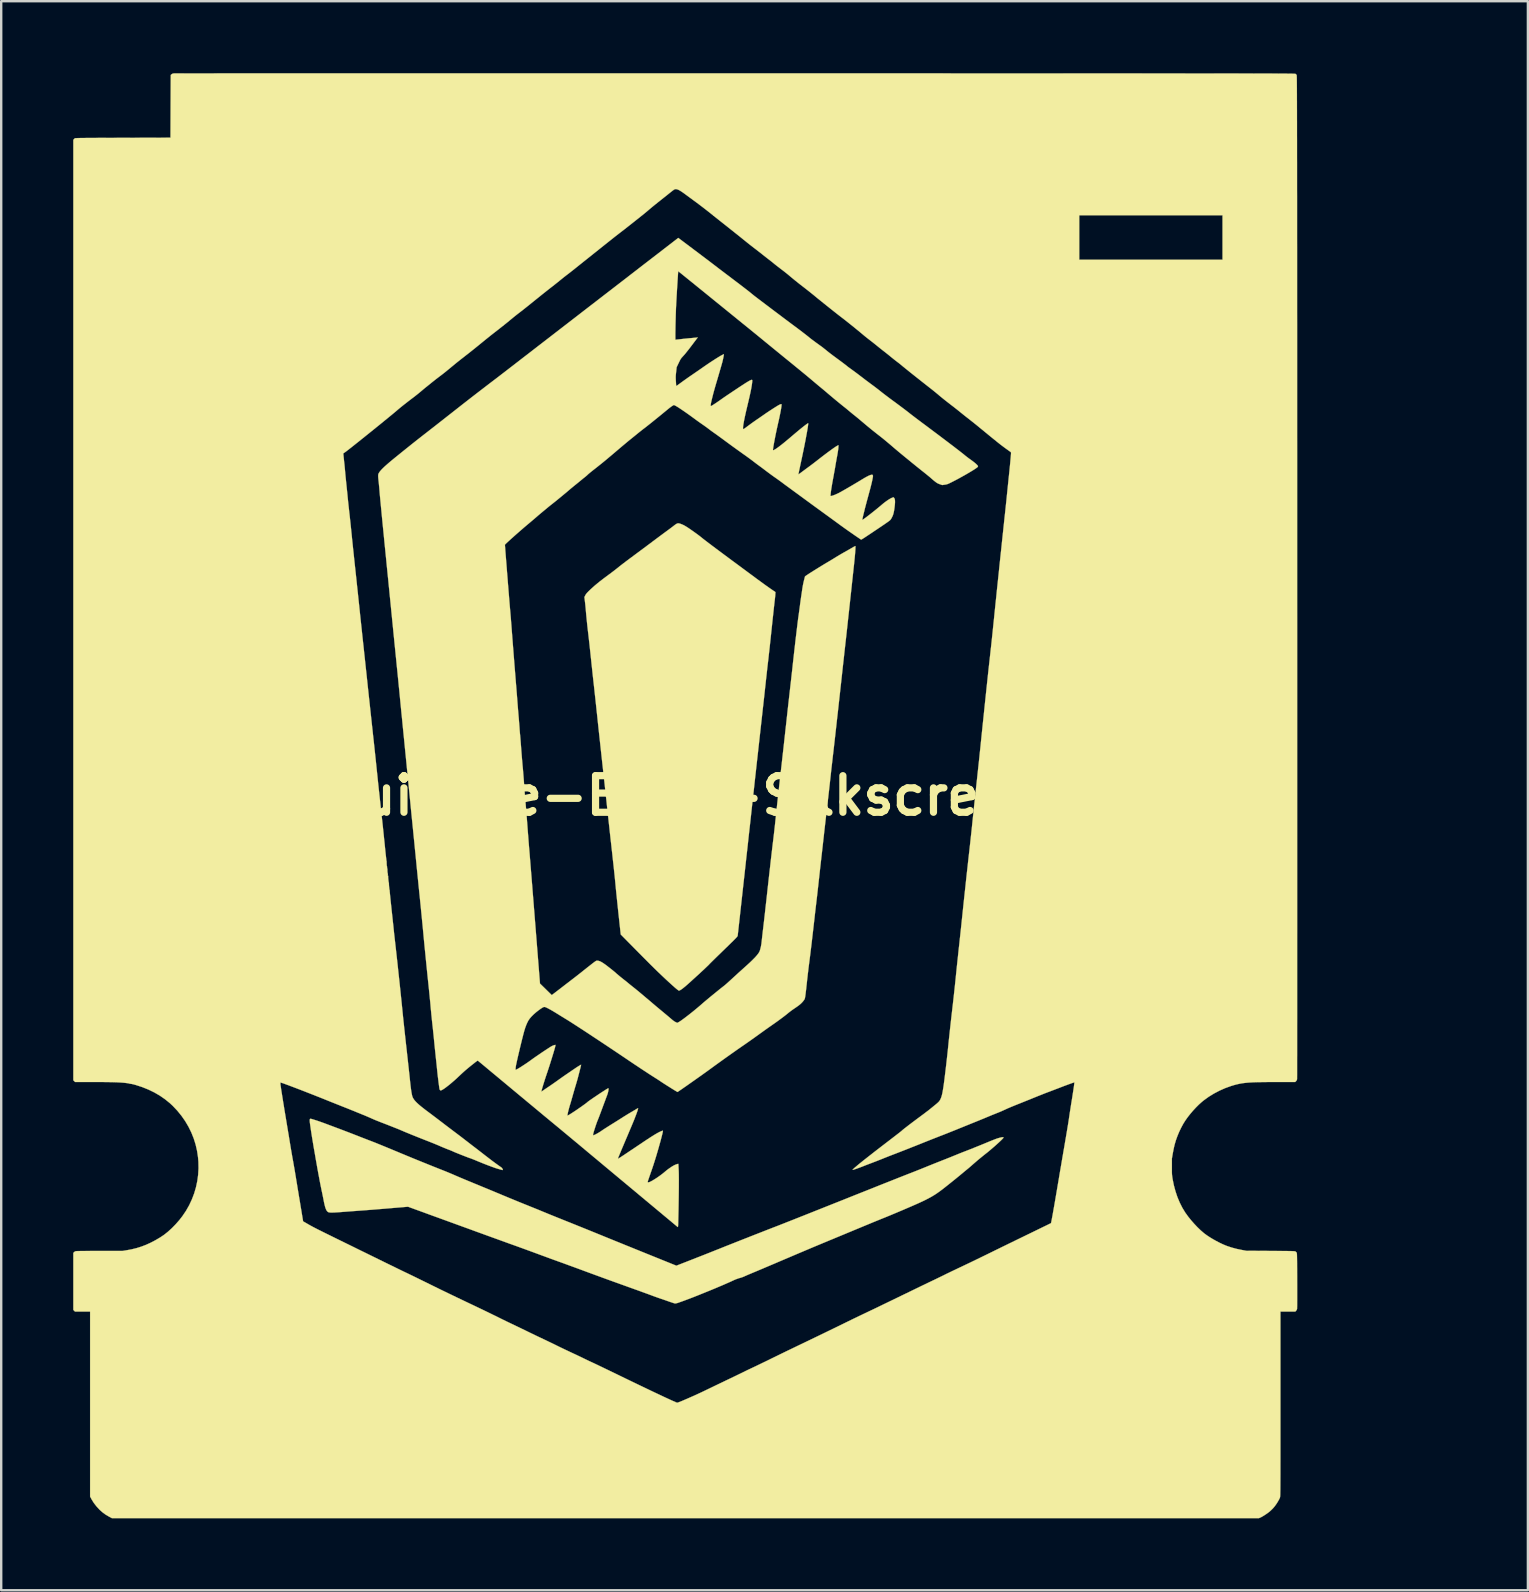
<source format=kicad_pcb>
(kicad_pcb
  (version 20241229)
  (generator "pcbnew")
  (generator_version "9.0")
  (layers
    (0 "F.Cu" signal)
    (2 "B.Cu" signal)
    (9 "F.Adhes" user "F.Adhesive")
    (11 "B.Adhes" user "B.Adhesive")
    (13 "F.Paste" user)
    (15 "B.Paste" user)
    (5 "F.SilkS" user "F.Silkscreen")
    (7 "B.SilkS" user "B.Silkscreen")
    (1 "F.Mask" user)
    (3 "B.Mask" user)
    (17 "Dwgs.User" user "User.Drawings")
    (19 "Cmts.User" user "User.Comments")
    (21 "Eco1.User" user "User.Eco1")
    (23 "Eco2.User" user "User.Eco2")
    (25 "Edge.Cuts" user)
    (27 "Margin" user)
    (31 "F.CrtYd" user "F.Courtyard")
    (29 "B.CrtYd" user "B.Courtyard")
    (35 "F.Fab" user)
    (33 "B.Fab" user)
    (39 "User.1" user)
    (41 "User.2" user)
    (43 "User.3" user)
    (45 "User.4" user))
  (footprint "Suicune-Back-Silkscreen"
    (layer "F.Cu")
    (at 57.357 30.102)
    (property "Reference" "Suicune-Back-Silkscreen" (at -31.857 0 0) (layer "F.SilkS") (effects (font (size 1.524 1.524) (thickness 0.3))))
    (attr through_hole)
    (fp_poly (pts (xy -32.184 -11.344) (xy -32.218 -11.329) (xy -32.257 -11.305) (xy -32.307 -11.269) (xy -32.359 -11.228) (xy -32.419 -11.182) (xy -32.486 -11.132) (xy -32.553 -11.082) (xy -32.613 -11.038) (xy -32.624 -11.03) (xy -32.657 -11.006) (xy -32.704 -10.971) (xy -32.764 -10.927) (xy -32.835 -10.874) (xy -32.915 -10.815) (xy -33.001 -10.751) (xy -33.092 -10.683) (xy -33.186 -10.613) (xy -33.239 -10.573) (xy -33.344 -10.494) (xy -33.457 -10.41) (xy -33.575 -10.322) (xy -33.693 -10.234) (xy -33.809 -10.148) (xy -33.918 -10.067) (xy -34.017 -9.993) (xy -34.103 -9.929) (xy -34.105 -9.928) (xy -34.19 -9.865) (xy -34.274 -9.802) (xy -34.356 -9.74) (xy -34.431 -9.683) (xy -34.499 -9.631) (xy -34.555 -9.587) (xy -34.599 -9.553) (xy -34.613 -9.541) (xy -34.651 -9.51) (xy -34.689 -9.48) (xy -34.729 -9.448) (xy -34.773 -9.414) (xy -34.823 -9.375) (xy -34.88 -9.332) (xy -34.947 -9.281) (xy -35.026 -9.223) (xy -35.117 -9.155) (xy -35.223 -9.076) (xy -35.238 -9.065) (xy -35.44 -8.91) (xy -35.625 -8.757) (xy -35.796 -8.603) (xy -35.861 -8.541) (xy -35.914 -8.488) (xy -35.954 -8.446) (xy -35.983 -8.41) (xy -36.006 -8.377) (xy -36.023 -8.347) (xy -36.059 -8.275) (xy -36.038 -8.104) (xy -36.029 -8.032) (xy -36.02 -7.947) (xy -36.011 -7.858) (xy -36.003 -7.774) (xy -36 -7.736) (xy -35.982 -7.529) (xy -35.96 -7.31) (xy -35.937 -7.086) (xy -35.912 -6.867) (xy -35.894 -6.715) (xy -35.886 -6.647) (xy -35.876 -6.561) (xy -35.865 -6.46) (xy -35.852 -6.348) (xy -35.839 -6.228) (xy -35.826 -6.103) (xy -35.812 -5.976) (xy -35.799 -5.852) (xy -35.794 -5.805) (xy -35.779 -5.666) (xy -35.763 -5.511) (xy -35.745 -5.346) (xy -35.727 -5.177) (xy -35.709 -5.007) (xy -35.691 -4.844) (xy -35.674 -4.691) (xy -35.661 -4.577) (xy -35.646 -4.441) (xy -35.63 -4.293) (xy -35.613 -4.136) (xy -35.595 -3.975) (xy -35.578 -3.817) (xy -35.562 -3.665) (xy -35.547 -3.524) (xy -35.534 -3.408) (xy -35.519 -3.265) (xy -35.502 -3.104) (xy -35.483 -2.925) (xy -35.462 -2.732) (xy -35.44 -2.525) (xy -35.416 -2.307) (xy -35.392 -2.081) (xy -35.366 -1.847) (xy -35.34 -1.609) (xy -35.314 -1.367) (xy -35.287 -1.125) (xy -35.261 -0.884) (xy -35.234 -0.645) (xy -35.227 -0.582) (xy -35.213 -0.456) (xy -35.199 -0.324) (xy -35.185 -0.191) (xy -35.17 -0.06) (xy -35.157 0.066) (xy -35.144 0.182) (xy -35.133 0.286) (xy -35.124 0.373) (xy -35.121 0.397) (xy -35.115 0.457) (xy -35.107 0.536) (xy -35.096 0.633) (xy -35.084 0.744) (xy -35.07 0.869) (xy -35.055 1.006) (xy -35.039 1.152) (xy -35.022 1.305) (xy -35.005 1.464) (xy -34.987 1.627) (xy -34.969 1.792) (xy -34.952 1.937) (xy -34.928 2.158) (xy -34.905 2.36) (xy -34.885 2.543) (xy -34.867 2.709) (xy -34.85 2.86) (xy -34.835 2.997) (xy -34.822 3.121) (xy -34.81 3.234) (xy -34.799 3.336) (xy -34.79 3.43) (xy -34.781 3.517) (xy -34.773 3.598) (xy -34.766 3.675) (xy -34.759 3.748) (xy -34.752 3.82) (xy -34.751 3.836) (xy -34.747 3.877) (xy -34.741 3.937) (xy -34.733 4.013) (xy -34.724 4.105) (xy -34.713 4.209) (xy -34.701 4.325) (xy -34.688 4.449) (xy -34.674 4.58) (xy -34.66 4.716) (xy -34.645 4.855) (xy -34.64 4.904) (xy -34.545 5.781) (xy -33.964 6.37) (xy -33.811 6.525) (xy -33.671 6.666) (xy -33.544 6.794) (xy -33.427 6.911) (xy -33.32 7.019) (xy -33.22 7.117) (xy -33.128 7.209) (xy -33.041 7.294) (xy -32.958 7.374) (xy -32.877 7.451) (xy -32.798 7.526) (xy -32.72 7.6) (xy -32.64 7.675) (xy -32.557 7.751) (xy -32.47 7.83) (xy -32.378 7.914) (xy -32.371 7.92) (xy -32.304 7.98) (xy -32.242 8.033) (xy -32.189 8.076) (xy -32.146 8.107) (xy -32.127 8.12) (xy -32.111 8.119) (xy -32.086 8.11) (xy -32.074 8.104) (xy -32.032 8.079) (xy -31.978 8.041) (xy -31.913 7.99) (xy -31.839 7.929) (xy -31.759 7.859) (xy -31.682 7.79) (xy -31.623 7.737) (xy -31.559 7.678) (xy -31.496 7.621) (xy -31.438 7.569) (xy -31.402 7.535) (xy -31.348 7.487) (xy -31.29 7.434) (xy -31.229 7.377) (xy -31.167 7.319) (xy -31.105 7.262) (xy -31.046 7.207) (xy -30.993 7.156) (xy -30.946 7.111) (xy -30.907 7.074) (xy -30.879 7.047) (xy -30.864 7.031) (xy -30.862 7.027) (xy -30.854 7.019) (xy -30.833 6.997) (xy -30.799 6.963) (xy -30.753 6.917) (xy -30.696 6.861) (xy -30.63 6.796) (xy -30.555 6.723) (xy -30.474 6.644) (xy -30.386 6.559) (xy -30.294 6.469) (xy -30.27 6.446) (xy -30.161 6.34) (xy -30.066 6.248) (xy -29.985 6.168) (xy -29.916 6.1) (xy -29.857 6.043) (xy -29.81 5.995) (xy -29.771 5.956) (xy -29.74 5.924) (xy -29.717 5.899) (xy -29.7 5.879) (xy -29.688 5.863) (xy -29.68 5.85) (xy -29.675 5.84) (xy -29.673 5.832) (xy -29.672 5.827) (xy -29.671 5.814) (xy -29.667 5.78) (xy -29.661 5.726) (xy -29.653 5.654) (xy -29.643 5.564) (xy -29.631 5.456) (xy -29.617 5.332) (xy -29.602 5.193) (xy -29.584 5.038) (xy -29.566 4.87) (xy -29.546 4.688) (xy -29.524 4.493) (xy -29.501 4.286) (xy -29.477 4.068) (xy -29.452 3.84) (xy -29.426 3.603) (xy -29.398 3.356) (xy -29.37 3.102) (xy -29.341 2.84) (xy -29.312 2.571) (xy -29.281 2.297) (xy -29.258 2.09) (xy -29.218 1.72) (xy -29.179 1.37) (xy -29.142 1.04) (xy -29.108 0.728) (xy -29.076 0.434) (xy -29.045 0.157) (xy -29.016 -0.104) (xy -28.989 -0.35) (xy -28.964 -0.581) (xy -28.94 -0.798) (xy -28.917 -1.002) (xy -28.896 -1.194) (xy -28.876 -1.374) (xy -28.857 -1.544) (xy -28.839 -1.705) (xy -28.822 -1.856) (xy -28.807 -1.999) (xy -28.791 -2.135) (xy -28.777 -2.264) (xy -28.763 -2.388) (xy -28.75 -2.507) (xy -28.737 -2.621) (xy -28.725 -2.732) (xy -28.713 -2.841) (xy -28.701 -2.948) (xy -28.689 -3.054) (xy -28.677 -3.16) (xy -28.665 -3.267) (xy -28.653 -3.376) (xy -28.641 -3.486) (xy -28.64 -3.493) (xy -28.625 -3.631) (xy -28.608 -3.78) (xy -28.591 -3.936) (xy -28.573 -4.094) (xy -28.556 -4.25) (xy -28.54 -4.4) (xy -28.525 -4.539) (xy -28.511 -4.662) (xy -28.507 -4.699) (xy -28.494 -4.822) (xy -28.479 -4.954) (xy -28.464 -5.09) (xy -28.449 -5.226) (xy -28.435 -5.357) (xy -28.421 -5.478) (xy -28.408 -5.586) (xy -28.401 -5.646) (xy -28.392 -5.721) (xy -28.382 -5.814) (xy -28.37 -5.924) (xy -28.356 -6.046) (xy -28.341 -6.18) (xy -28.326 -6.321) (xy -28.31 -6.469) (xy -28.294 -6.62) (xy -28.278 -6.771) (xy -28.262 -6.92) (xy -28.258 -6.959) (xy -28.243 -7.101) (xy -28.228 -7.242) (xy -28.214 -7.378) (xy -28.199 -7.509) (xy -28.186 -7.632) (xy -28.174 -7.745) (xy -28.163 -7.846) (xy -28.153 -7.933) (xy -28.145 -8.005) (xy -28.139 -8.058) (xy -28.137 -8.078) (xy -28.128 -8.15) (xy -28.12 -8.223) (xy -28.113 -8.29) (xy -28.108 -8.347) (xy -28.105 -8.385) (xy -28.099 -8.483) (xy -28.329 -8.641) (xy -28.39 -8.684) (xy -28.464 -8.736) (xy -28.548 -8.796) (xy -28.639 -8.862) (xy -28.733 -8.931) (xy -28.827 -8.999) (xy -28.918 -9.066) (xy -28.937 -9.081) (xy -29.035 -9.154) (xy -29.146 -9.235) (xy -29.263 -9.322) (xy -29.382 -9.41) (xy -29.498 -9.496) (xy -29.606 -9.576) (xy -29.687 -9.636) (xy -29.902 -9.794) (xy -30.101 -9.942) (xy -30.284 -10.078) (xy -30.452 -10.203) (xy -30.605 -10.317) (xy -30.741 -10.419) (xy -30.861 -10.51) (xy -30.965 -10.589) (xy -31.052 -10.656) (xy -31.123 -10.711) (xy -31.176 -10.754) (xy -31.195 -10.769) (xy -31.238 -10.804) (xy -31.296 -10.848) (xy -31.363 -10.898) (xy -31.438 -10.952) (xy -31.516 -11.008) (xy -31.593 -11.062) (xy -31.666 -11.113) (xy -31.732 -11.157) (xy -31.771 -11.183) (xy -31.847 -11.23) (xy -31.912 -11.267) (xy -31.971 -11.295) (xy -32.028 -11.318) (xy -32.031 -11.319) (xy -32.079 -11.336) (xy -32.118 -11.346) (xy -32.152 -11.349) (xy -32.184 -11.344)) (stroke (width 0.01) (type solid)) (fill yes) (layer "F.SilkS"))
    (fp_poly (pts (xy -47.484 13.462) (xy -47.496 13.476) (xy -47.502 13.504) (xy -47.503 13.547) (xy -47.498 13.608) (xy -47.493 13.647) (xy -47.481 13.734) (xy -47.466 13.838) (xy -47.449 13.955) (xy -47.429 14.083) (xy -47.408 14.218) (xy -47.385 14.357) (xy -47.362 14.495) (xy -47.34 14.629) (xy -47.319 14.748) (xy -47.301 14.849) (xy -47.282 14.959) (xy -47.263 15.071) (xy -47.244 15.18) (xy -47.226 15.28) (xy -47.211 15.366) (xy -47.208 15.383) (xy -47.195 15.458) (xy -47.18 15.544) (xy -47.162 15.639) (xy -47.144 15.74) (xy -47.124 15.845) (xy -47.104 15.95) (xy -47.085 16.054) (xy -47.066 16.152) (xy -47.048 16.244) (xy -47.031 16.326) (xy -47.017 16.396) (xy -47.006 16.451) (xy -46.998 16.488) (xy -46.996 16.494) (xy -46.99 16.522) (xy -46.981 16.567) (xy -46.969 16.625) (xy -46.955 16.694) (xy -46.94 16.769) (xy -46.927 16.835) (xy -46.904 16.953) (xy -46.881 17.053) (xy -46.86 17.135) (xy -46.838 17.201) (xy -46.815 17.253) (xy -46.792 17.294) (xy -46.766 17.324) (xy -46.737 17.345) (xy -46.729 17.35) (xy -46.704 17.358) (xy -46.665 17.364) (xy -46.612 17.367) (xy -46.543 17.366) (xy -46.456 17.363) (xy -46.352 17.357) (xy -46.228 17.348) (xy -46.196 17.346) (xy -46.127 17.34) (xy -46.041 17.334) (xy -45.942 17.326) (xy -45.832 17.318) (xy -45.717 17.309) (xy -45.6 17.301) (xy -45.484 17.292) (xy -45.421 17.288) (xy -45.319 17.28) (xy -45.2 17.271) (xy -45.066 17.261) (xy -44.922 17.25) (xy -44.771 17.238) (xy -44.617 17.225) (xy -44.463 17.213) (xy -44.313 17.2) (xy -44.17 17.188) (xy -44.162 17.187) (xy -43.408 17.124) (xy -43.043 17.257) (xy -42.737 17.368) (xy -42.438 17.478) (xy -42.145 17.584) (xy -41.859 17.688) (xy -41.581 17.789) (xy -41.313 17.887) (xy -41.054 17.981) (xy -40.806 18.071) (xy -40.57 18.158) (xy -40.345 18.239) (xy -40.134 18.316) (xy -39.936 18.388) (xy -39.752 18.454) (xy -39.584 18.515) (xy -39.432 18.57) (xy -39.297 18.619) (xy -39.18 18.662) (xy -39.08 18.697) (xy -39.011 18.722) (xy -38.89 18.765) (xy -38.762 18.812) (xy -38.629 18.86) (xy -38.497 18.908) (xy -38.369 18.955) (xy -38.248 18.999) (xy -38.14 19.039) (xy -38.053 19.071) (xy -37.956 19.107) (xy -37.843 19.149) (xy -37.719 19.194) (xy -37.589 19.242) (xy -37.457 19.291) (xy -37.327 19.338) (xy -37.204 19.382) (xy -37.143 19.405) (xy -37.027 19.446) (xy -36.903 19.491) (xy -36.775 19.538) (xy -36.648 19.585) (xy -36.525 19.629) (xy -36.411 19.671) (xy -36.31 19.708) (xy -36.259 19.727) (xy -36.003 19.822) (xy -35.734 19.921) (xy -35.458 20.022) (xy -35.18 20.124) (xy -34.904 20.224) (xy -34.634 20.321) (xy -34.376 20.414) (xy -34.196 20.479) (xy -34.078 20.521) (xy -33.956 20.565) (xy -33.835 20.608) (xy -33.717 20.651) (xy -33.605 20.692) (xy -33.502 20.729) (xy -33.412 20.762) (xy -33.337 20.79) (xy -33.312 20.799) (xy -33.231 20.829) (xy -33.151 20.859) (xy -33.075 20.886) (xy -33.008 20.91) (xy -32.952 20.93) (xy -32.913 20.943) (xy -32.91 20.944) (xy -32.869 20.958) (xy -32.813 20.977) (xy -32.745 21) (xy -32.671 21.026) (xy -32.594 21.053) (xy -32.552 21.068) (xy -32.482 21.092) (xy -32.419 21.113) (xy -32.364 21.131) (xy -32.321 21.145) (xy -32.292 21.153) (xy -32.282 21.155) (xy -32.261 21.152) (xy -32.229 21.147) (xy -32.215 21.144) (xy -32.19 21.138) (xy -32.147 21.124) (xy -32.09 21.104) (xy -32.019 21.079) (xy -31.938 21.05) (xy -31.85 21.017) (xy -31.755 20.982) (xy -31.658 20.945) (xy -31.559 20.907) (xy -31.462 20.869) (xy -31.368 20.832) (xy -31.281 20.797) (xy -31.28 20.797) (xy -31.197 20.763) (xy -31.108 20.727) (xy -31.019 20.691) (xy -30.935 20.657) (xy -30.863 20.628) (xy -30.83 20.614) (xy -30.744 20.579) (xy -30.65 20.54) (xy -30.552 20.499) (xy -30.451 20.456) (xy -30.351 20.414) (xy -30.253 20.372) (xy -30.162 20.332) (xy -30.078 20.295) (xy -30.005 20.263) (xy -29.945 20.236) (xy -29.901 20.215) (xy -29.888 20.209) (xy -29.766 20.154) (xy -29.64 20.108) (xy -29.55 20.083) (xy -29.507 20.07) (xy -29.455 20.051) (xy -29.404 20.03) (xy -29.391 20.024) (xy -29.354 20.007) (xy -29.302 19.985) (xy -29.24 19.957) (xy -29.17 19.928) (xy -29.098 19.898) (xy -29.068 19.885) (xy -29.017 19.864) (xy -28.96 19.84) (xy -28.898 19.814) (xy -28.828 19.785) (xy -28.751 19.752) (xy -28.664 19.716) (xy -28.568 19.675) (xy -28.46 19.629) (xy -28.34 19.578) (xy -28.207 19.522) (xy -28.06 19.459) (xy -27.898 19.39) (xy -27.719 19.314) (xy -27.524 19.231) (xy -27.31 19.14) (xy -27.248 19.113) (xy -27.106 19.053) (xy -26.954 18.989) (xy -26.793 18.921) (xy -26.628 18.851) (xy -26.464 18.782) (xy -26.303 18.715) (xy -26.149 18.651) (xy -26.007 18.592) (xy -25.88 18.539) (xy -25.867 18.533) (xy -25.731 18.478) (xy -25.583 18.416) (xy -25.424 18.35) (xy -25.262 18.283) (xy -25.099 18.215) (xy -24.94 18.149) (xy -24.791 18.087) (xy -24.654 18.03) (xy -24.612 18.013) (xy -24.495 17.964) (xy -24.376 17.915) (xy -24.258 17.866) (xy -24.144 17.819) (xy -24.037 17.774) (xy -23.938 17.734) (xy -23.852 17.699) (xy -23.78 17.67) (xy -23.737 17.652) (xy -23.593 17.594) (xy -23.442 17.533) (xy -23.287 17.469) (xy -23.13 17.403) (xy -22.973 17.337) (xy -22.817 17.271) (xy -22.665 17.206) (xy -22.519 17.143) (xy -22.38 17.083) (xy -22.25 17.026) (xy -22.132 16.973) (xy -22.028 16.925) (xy -21.939 16.884) (xy -21.867 16.849) (xy -21.855 16.843) (xy -21.717 16.772) (xy -21.593 16.704) (xy -21.478 16.635) (xy -21.367 16.562) (xy -21.254 16.482) (xy -21.194 16.437) (xy -21.147 16.402) (xy -21.087 16.355) (xy -21.015 16.299) (xy -20.936 16.236) (xy -20.851 16.168) (xy -20.762 16.097) (xy -20.674 16.026) (xy -20.588 15.957) (xy -20.508 15.891) (xy -20.435 15.832) (xy -20.373 15.78) (xy -20.347 15.759) (xy -20.291 15.712) (xy -20.234 15.664) (xy -20.179 15.619) (xy -20.133 15.581) (xy -20.104 15.558) (xy -20.066 15.527) (xy -20.018 15.486) (xy -19.963 15.439) (xy -19.909 15.391) (xy -19.882 15.367) (xy -19.659 15.174) (xy -19.42 14.979) (xy -19.348 14.922) (xy -19.279 14.868) (xy -19.206 14.808) (xy -19.13 14.744) (xy -19.053 14.678) (xy -18.976 14.612) (xy -18.902 14.546) (xy -18.833 14.483) (xy -18.768 14.424) (xy -18.712 14.371) (xy -18.665 14.324) (xy -18.628 14.287) (xy -18.605 14.259) (xy -18.596 14.244) (xy -18.596 14.243) (xy -18.603 14.231) (xy -18.627 14.227) (xy -18.667 14.231) (xy -18.726 14.243) (xy -18.732 14.245) (xy -18.764 14.253) (xy -18.794 14.261) (xy -18.825 14.27) (xy -18.858 14.28) (xy -18.895 14.293) (xy -18.938 14.309) (xy -18.989 14.329) (xy -19.051 14.353) (xy -19.124 14.382) (xy -19.211 14.418) (xy -19.314 14.46) (xy -19.421 14.505) (xy -19.524 14.547) (xy -19.633 14.591) (xy -19.742 14.635) (xy -19.849 14.678) (xy -19.948 14.718) (xy -20.037 14.753) (xy -20.111 14.782) (xy -20.12 14.785) (xy -20.21 14.82) (xy -20.31 14.859) (xy -20.414 14.9) (xy -20.515 14.941) (xy -20.606 14.978) (xy -20.638 14.991) (xy -20.721 15.025) (xy -20.817 15.064) (xy -20.92 15.105) (xy -21.023 15.146) (xy -21.12 15.184) (xy -21.168 15.203) (xy -21.249 15.235) (xy -21.345 15.273) (xy -21.451 15.315) (xy -21.56 15.359) (xy -21.668 15.402) (xy -21.769 15.443) (xy -21.803 15.457) (xy -21.904 15.498) (xy -22.017 15.544) (xy -22.135 15.591) (xy -22.253 15.638) (xy -22.365 15.682) (xy -22.464 15.721) (xy -22.485 15.729) (xy -22.537 15.749) (xy -22.607 15.776) (xy -22.693 15.81) (xy -22.794 15.85) (xy -22.909 15.895) (xy -23.035 15.945) (xy -23.171 15.999) (xy -23.316 16.057) (xy -23.468 16.117) (xy -23.625 16.179) (xy -23.786 16.243) (xy -23.949 16.308) (xy -24.083 16.362) (xy -24.412 16.493) (xy -24.722 16.616) (xy -25.013 16.732) (xy -25.287 16.842) (xy -25.544 16.944) (xy -25.785 17.04) (xy -26.009 17.129) (xy -26.219 17.213) (xy -26.414 17.29) (xy -26.596 17.363) (xy -26.765 17.43) (xy -26.921 17.492) (xy -27.065 17.549) (xy -27.199 17.602) (xy -27.322 17.651) (xy -27.435 17.696) (xy -27.539 17.737) (xy -27.635 17.774) (xy -27.722 17.809) (xy -27.803 17.841) (xy -27.877 17.87) (xy -27.946 17.897) (xy -28.009 17.922) (xy -28.068 17.944) (xy -28.123 17.966) (xy -28.161 17.98) (xy -28.284 18.028) (xy -28.424 18.082) (xy -28.579 18.143) (xy -28.744 18.208) (xy -28.919 18.276) (xy -29.1 18.347) (xy -29.284 18.42) (xy -29.47 18.493) (xy -29.653 18.565) (xy -29.832 18.636) (xy -30.004 18.704) (xy -30.166 18.768) (xy -30.316 18.828) (xy -30.45 18.882) (xy -30.539 18.917) (xy -30.625 18.951) (xy -30.727 18.992) (xy -30.842 19.038) (xy -30.966 19.087) (xy -31.097 19.139) (xy -31.232 19.192) (xy -31.366 19.244) (xy -31.496 19.296) (xy -31.584 19.33) (xy -32.227 19.581) (xy -33.426 19.097) (xy -33.596 19.028) (xy -33.772 18.957) (xy -33.952 18.884) (xy -34.134 18.81) (xy -34.316 18.737) (xy -34.494 18.664) (xy -34.667 18.594) (xy -34.832 18.527) (xy -34.987 18.464) (xy -35.13 18.406) (xy -35.257 18.354) (xy -35.36 18.312) (xy -35.5 18.255) (xy -35.652 18.193) (xy -35.812 18.128) (xy -35.975 18.062) (xy -36.138 17.996) (xy -36.297 17.932) (xy -36.448 17.871) (xy -36.587 17.815) (xy -36.711 17.765) (xy -36.72 17.762) (xy -36.843 17.713) (xy -36.971 17.661) (xy -37.101 17.609) (xy -37.23 17.557) (xy -37.354 17.507) (xy -37.471 17.46) (xy -37.576 17.417) (xy -37.667 17.379) (xy -37.715 17.36) (xy -37.814 17.319) (xy -37.927 17.272) (xy -38.049 17.222) (xy -38.176 17.171) (xy -38.3 17.121) (xy -38.418 17.073) (xy -38.503 17.039) (xy -38.6 17) (xy -38.713 16.954) (xy -38.837 16.904) (xy -38.967 16.85) (xy -39.101 16.795) (xy -39.233 16.741) (xy -39.359 16.688) (xy -39.456 16.648) (xy -39.579 16.596) (xy -39.717 16.539) (xy -39.864 16.477) (xy -40.017 16.414) (xy -40.169 16.351) (xy -40.316 16.291) (xy -40.452 16.234) (xy -40.54 16.198) (xy -40.648 16.154) (xy -40.755 16.109) (xy -40.859 16.067) (xy -40.956 16.026) (xy -41.045 15.99) (xy -41.122 15.957) (xy -41.186 15.93) (xy -41.234 15.91) (xy -41.249 15.904) (xy -41.314 15.876) (xy -41.391 15.843) (xy -41.473 15.807) (xy -41.552 15.773) (xy -41.599 15.753) (xy -41.673 15.722) (xy -41.759 15.686) (xy -41.85 15.649) (xy -41.937 15.614) (xy -42.001 15.589) (xy -42.09 15.554) (xy -42.198 15.511) (xy -42.324 15.461) (xy -42.466 15.404) (xy -42.624 15.34) (xy -42.797 15.27) (xy -42.985 15.194) (xy -43.101 15.147) (xy -43.174 15.117) (xy -43.26 15.082) (xy -43.356 15.042) (xy -43.456 15.001) (xy -43.554 14.96) (xy -43.646 14.922) (xy -43.652 14.92) (xy -43.871 14.828) (xy -44.071 14.745) (xy -44.252 14.67) (xy -44.415 14.603) (xy -44.559 14.544) (xy -44.685 14.493) (xy -44.793 14.449) (xy -44.884 14.414) (xy -44.958 14.385) (xy -44.964 14.383) (xy -45.02 14.362) (xy -45.092 14.334) (xy -45.177 14.301) (xy -45.27 14.265) (xy -45.369 14.227) (xy -45.469 14.187) (xy -45.568 14.149) (xy -45.578 14.145) (xy -45.683 14.104) (xy -45.796 14.06) (xy -45.913 14.015) (xy -46.029 13.971) (xy -46.138 13.929) (xy -46.236 13.892) (xy -46.308 13.865) (xy -46.402 13.83) (xy -46.503 13.792) (xy -46.607 13.753) (xy -46.707 13.716) (xy -46.799 13.681) (xy -46.874 13.653) (xy -46.959 13.622) (xy -47.046 13.591) (xy -47.132 13.561) (xy -47.215 13.533) (xy -47.291 13.509) (xy -47.357 13.488) (xy -47.411 13.472) (xy -47.45 13.462) (xy -47.466 13.46) (xy -47.484 13.462)) (stroke (width 0.01) (type solid)) (fill yes) (layer "F.SilkS"))
    (fp_poly (pts (xy -40.277 -30.097) (xy -40.865 -30.097) (xy -41.443 -30.097) (xy -42.011 -30.097) (xy -42.568 -30.097) (xy -43.115 -30.097) (xy -43.65 -30.097) (xy -44.175 -30.097) (xy -44.688 -30.097) (xy -45.188 -30.097) (xy -45.677 -30.097) (xy -46.153 -30.097) (xy -46.616 -30.097) (xy -47.066 -30.097) (xy -47.503 -30.097) (xy -47.926 -30.097) (xy -48.335 -30.097) (xy -48.73 -30.097) (xy -49.109 -30.096) (xy -49.474 -30.096) (xy -49.824 -30.096) (xy -50.158 -30.096) (xy -50.477 -30.096) (xy -50.779 -30.096) (xy -51.064 -30.096) (xy -51.333 -30.096) (xy -51.585 -30.095) (xy -51.82 -30.095) (xy -52.036 -30.095) (xy -52.235 -30.095) (xy -52.416 -30.095) (xy -52.578 -30.095) (xy -52.721 -30.095) (xy -52.845 -30.094) (xy -52.949 -30.094) (xy -53.034 -30.094) (xy -53.098 -30.094) (xy -53.142 -30.094) (xy -53.166 -30.093) (xy -53.17 -30.093) (xy -53.217 -30.083) (xy -53.253 -30.062) (xy -53.26 -30.057) (xy -53.293 -30.027) (xy -53.299 -28.721) (xy -53.304 -27.416) (xy -55.283 -27.411) (xy -55.534 -27.41) (xy -55.764 -27.409) (xy -55.975 -27.409) (xy -56.167 -27.408) (xy -56.341 -27.407) (xy -56.497 -27.406) (xy -56.637 -27.406) (xy -56.761 -27.405) (xy -56.869 -27.404) (xy -56.963 -27.403) (xy -57.044 -27.402) (xy -57.111 -27.401) (xy -57.166 -27.399) (xy -57.21 -27.398) (xy -57.243 -27.397) (xy -57.266 -27.395) (xy -57.28 -27.394) (xy -57.285 -27.392) (xy -57.308 -27.374) (xy -57.33 -27.351) (xy -57.352 -27.323) (xy -57.352 11.855) (xy -57.316 11.891) (xy -57.28 11.927) (xy -56.493 11.928) (xy -56.287 11.928) (xy -56.1 11.929) (xy -55.932 11.931) (xy -55.78 11.933) (xy -55.643 11.937) (xy -55.52 11.941) (xy -55.409 11.947) (xy -55.309 11.954) (xy -55.217 11.962) (xy -55.133 11.972) (xy -55.055 11.983) (xy -54.981 11.996) (xy -54.911 12.011) (xy -54.841 12.027) (xy -54.772 12.046) (xy -54.754 12.051) (xy -54.482 12.139) (xy -54.223 12.243) (xy -53.978 12.362) (xy -53.747 12.496) (xy -53.531 12.646) (xy -53.329 12.81) (xy -53.21 12.921) (xy -53.019 13.123) (xy -52.846 13.336) (xy -52.691 13.558) (xy -52.554 13.791) (xy -52.435 14.032) (xy -52.336 14.28) (xy -52.256 14.536) (xy -52.196 14.799) (xy -52.156 15.066) (xy -52.141 15.251) (xy -52.136 15.521) (xy -52.151 15.79) (xy -52.187 16.056) (xy -52.243 16.317) (xy -52.318 16.572) (xy -52.413 16.821) (xy -52.526 17.063) (xy -52.658 17.295) (xy -52.808 17.517) (xy -52.932 17.677) (xy -53.089 17.856) (xy -53.248 18.019) (xy -53.41 18.166) (xy -53.572 18.295) (xy -53.733 18.403) (xy -53.738 18.406) (xy -53.941 18.525) (xy -54.137 18.627) (xy -54.329 18.714) (xy -54.521 18.787) (xy -54.717 18.848) (xy -54.919 18.898) (xy -55.105 18.933) (xy -55.297 18.965) (xy -56.253 18.966) (xy -56.402 18.966) (xy -56.545 18.966) (xy -56.678 18.967) (xy -56.8 18.967) (xy -56.911 18.968) (xy -57.009 18.969) (xy -57.093 18.97) (xy -57.16 18.972) (xy -57.21 18.973) (xy -57.241 18.975) (xy -57.251 18.976) (xy -57.294 18.994) (xy -57.323 19.018) (xy -57.352 19.05) (xy -57.352 20.237) (xy -57.352 21.423) (xy -57.316 21.459) (xy -57.28 21.495) (xy -56.653 21.495) (xy -56.653 25.348) (xy -56.653 29.201) (xy -56.585 29.326) (xy -56.497 29.467) (xy -56.39 29.605) (xy -56.268 29.738) (xy -56.25 29.756) (xy -56.135 29.858) (xy -56.013 29.948) (xy -55.876 30.029) (xy -55.858 30.039) (xy -55.745 30.099) (xy -31.85 30.099) (xy -7.954 30.098) (xy -7.896 30.074) (xy -7.849 30.051) (xy -7.791 30.018) (xy -7.725 29.977) (xy -7.657 29.932) (xy -7.59 29.885) (xy -7.53 29.84) (xy -7.502 29.816) (xy -7.454 29.773) (xy -7.4 29.72) (xy -7.351 29.668) (xy -7.331 29.645) (xy -7.287 29.59) (xy -7.241 29.526) (xy -7.196 29.458) (xy -7.155 29.39) (xy -7.119 29.326) (xy -7.092 29.271) (xy -7.079 29.238) (xy -7.078 29.232) (xy -7.076 29.225) (xy -7.075 29.216) (xy -7.073 29.205) (xy -7.072 29.19) (xy -7.071 29.172) (xy -7.069 29.15) (xy -7.068 29.122) (xy -7.067 29.089) (xy -7.067 29.049) (xy -7.066 29.003) (xy -7.065 28.949) (xy -7.064 28.886) (xy -7.064 28.815) (xy -7.063 28.734) (xy -7.063 28.642) (xy -7.062 28.54) (xy -7.062 28.427) (xy -7.061 28.301) (xy -7.061 28.162) (xy -7.061 28.01) (xy -7.061 27.843) (xy -7.06 27.662) (xy -7.06 27.465) (xy -7.06 27.253) (xy -7.06 27.023) (xy -7.06 26.776) (xy -7.06 26.511) (xy -7.06 26.227) (xy -7.06 25.924) (xy -7.06 25.601) (xy -7.06 25.336) (xy -7.06 21.495) (xy -6.444 21.495) (xy -6.409 21.46) (xy -6.38 21.42) (xy -6.367 21.378) (xy -6.366 21.361) (xy -6.366 21.324) (xy -6.365 21.27) (xy -6.364 21.198) (xy -6.364 21.111) (xy -6.363 21.01) (xy -6.363 20.896) (xy -6.363 20.772) (xy -6.363 20.638) (xy -6.363 20.496) (xy -6.363 20.347) (xy -6.364 20.198) (xy -6.364 20.018) (xy -6.365 19.858) (xy -6.365 19.717) (xy -6.366 19.593) (xy -6.366 19.486) (xy -6.367 19.394) (xy -6.368 19.316) (xy -6.369 19.25) (xy -6.37 19.196) (xy -6.371 19.153) (xy -6.372 19.118) (xy -6.374 19.092) (xy -6.376 19.072) (xy -6.378 19.057) (xy -6.38 19.047) (xy -6.383 19.04) (xy -6.385 19.036) (xy -6.409 19.009) (xy -6.433 18.989) (xy -6.438 18.986) (xy -6.447 18.983) (xy -6.458 18.981) (xy -6.475 18.979) (xy -6.498 18.977) (xy -6.528 18.975) (xy -6.567 18.974) (xy -6.616 18.972) (xy -6.677 18.971) (xy -6.75 18.97) (xy -6.836 18.969) (xy -6.938 18.968) (xy -7.057 18.967) (xy -7.193 18.967) (xy -7.348 18.966) (xy -7.472 18.965) (xy -8.483 18.959) (xy -8.663 18.926) (xy -8.886 18.88) (xy -9.091 18.825) (xy -9.281 18.762) (xy -9.346 18.737) (xy -9.472 18.683) (xy -9.604 18.62) (xy -9.738 18.55) (xy -9.87 18.476) (xy -9.996 18.4) (xy -10.112 18.324) (xy -10.213 18.251) (xy -10.251 18.221) (xy -10.384 18.106) (xy -10.52 17.975) (xy -10.654 17.833) (xy -10.784 17.685) (xy -10.904 17.536) (xy -11.011 17.388) (xy -11.026 17.366) (xy -11.147 17.168) (xy -11.255 16.953) (xy -11.351 16.725) (xy -11.432 16.484) (xy -11.5 16.232) (xy -11.549 15.991) (xy -11.558 15.937) (xy -11.565 15.89) (xy -11.571 15.849) (xy -11.575 15.81) (xy -11.579 15.768) (xy -11.581 15.722) (xy -11.582 15.667) (xy -11.582 15.599) (xy -11.582 15.516) (xy -11.582 15.457) (xy -11.582 15.118) (xy -11.544 14.896) (xy -11.529 14.817) (xy -11.512 14.732) (xy -11.495 14.649) (xy -11.477 14.574) (xy -11.463 14.518) (xy -11.413 14.349) (xy -11.35 14.175) (xy -11.277 14) (xy -11.196 13.832) (xy -11.111 13.674) (xy -11.026 13.538) (xy -10.929 13.4) (xy -10.819 13.26) (xy -10.702 13.122) (xy -10.58 12.99) (xy -10.457 12.867) (xy -10.335 12.758) (xy -10.256 12.693) (xy -10.051 12.545) (xy -9.83 12.409) (xy -9.598 12.287) (xy -9.357 12.181) (xy -9.11 12.092) (xy -8.986 12.055) (xy -8.914 12.035) (xy -8.842 12.018) (xy -8.77 12.002) (xy -8.696 11.988) (xy -8.619 11.976) (xy -8.536 11.966) (xy -8.447 11.957) (xy -8.427 11.955) (xy -15.645 11.955) (xy -15.648 11.986) (xy -15.654 12.034) (xy -15.662 12.097) (xy -15.673 12.173) (xy -15.686 12.26) (xy -15.701 12.357) (xy -15.717 12.461) (xy -15.734 12.571) (xy -15.752 12.684) (xy -15.76 12.732) (xy -15.777 12.834) (xy -15.795 12.951) (xy -15.814 13.073) (xy -15.833 13.194) (xy -15.85 13.307) (xy -15.86 13.377) (xy -15.868 13.43) (xy -15.875 13.48) (xy -15.883 13.531) (xy -15.891 13.584) (xy -15.9 13.639) (xy -15.909 13.698) (xy -15.92 13.763) (xy -15.932 13.834) (xy -15.945 13.914) (xy -15.96 14.004) (xy -15.977 14.104) (xy -15.996 14.218) (xy -16.018 14.345) (xy -16.042 14.487) (xy -16.069 14.646) (xy -16.1 14.823) (xy -16.133 15.019) (xy -16.135 15.028) (xy -16.152 15.128) (xy -16.172 15.245) (xy -16.194 15.375) (xy -16.218 15.515) (xy -16.243 15.661) (xy -16.268 15.808) (xy -16.292 15.955) (xy -16.316 16.095) (xy -16.331 16.182) (xy -16.372 16.425) (xy -16.41 16.649) (xy -16.445 16.854) (xy -16.477 17.039) (xy -16.506 17.205) (xy -16.532 17.351) (xy -16.554 17.477) (xy -16.574 17.583) (xy -16.59 17.669) (xy -16.603 17.734) (xy -16.612 17.78) (xy -16.619 17.804) (xy -16.62 17.809) (xy -16.63 17.814) (xy -16.658 17.827) (xy -16.702 17.849) (xy -16.762 17.879) (xy -16.836 17.915) (xy -16.923 17.957) (xy -17.021 18.005) (xy -17.13 18.058) (xy -17.248 18.116) (xy -17.374 18.177) (xy -17.507 18.242) (xy -17.646 18.309) (xy -17.666 18.319) (xy -17.814 18.391) (xy -17.964 18.464) (xy -18.112 18.536) (xy -18.257 18.607) (xy -18.398 18.675) (xy -18.532 18.741) (xy -18.658 18.802) (xy -18.773 18.859) (xy -18.876 18.909) (xy -18.966 18.953) (xy -19.039 18.989) (xy -19.077 19.008) (xy -19.39 19.161) (xy -19.69 19.307) (xy -19.977 19.446) (xy -20.248 19.575) (xy -20.501 19.695) (xy -20.592 19.739) (xy -20.688 19.784) (xy -20.782 19.829) (xy -20.872 19.873) (xy -20.954 19.912) (xy -21.023 19.946) (xy -21.056 19.963) (xy -21.119 19.994) (xy -21.197 20.032) (xy -21.284 20.074) (xy -21.376 20.119) (xy -21.469 20.164) (xy -21.558 20.206) (xy -21.57 20.212) (xy -21.652 20.251) (xy -21.748 20.297) (xy -21.855 20.349) (xy -21.968 20.403) (xy -22.082 20.458) (xy -22.193 20.512) (xy -22.296 20.562) (xy -22.3 20.564) (xy -22.405 20.615) (xy -22.518 20.67) (xy -22.635 20.727) (xy -22.752 20.783) (xy -22.864 20.837) (xy -22.965 20.887) (xy -23.051 20.928) (xy -23.149 20.976) (xy -23.259 21.029) (xy -23.377 21.086) (xy -23.495 21.143) (xy -23.609 21.198) (xy -23.711 21.248) (xy -23.729 21.256) (xy -23.824 21.303) (xy -23.929 21.353) (xy -24.037 21.405) (xy -24.143 21.455) (xy -24.242 21.502) (xy -24.329 21.544) (xy -24.353 21.555) (xy -24.426 21.59) (xy -24.514 21.632) (xy -24.613 21.679) (xy -24.719 21.731) (xy -24.829 21.783) (xy -24.937 21.836) (xy -25.041 21.887) (xy -25.062 21.897) (xy -25.26 21.994) (xy -25.462 22.093) (xy -25.668 22.193) (xy -25.874 22.293) (xy -26.078 22.392) (xy -26.278 22.489) (xy -26.471 22.582) (xy -26.655 22.671) (xy -26.828 22.754) (xy -26.986 22.83) (xy -27.128 22.898) (xy -27.137 22.902) (xy -27.236 22.95) (xy -27.35 23.005) (xy -27.476 23.066) (xy -27.61 23.13) (xy -27.748 23.197) (xy -27.886 23.264) (xy -28.02 23.33) (xy -28.147 23.392) (xy -28.195 23.415) (xy -28.307 23.47) (xy -28.42 23.526) (xy -28.531 23.58) (xy -28.638 23.631) (xy -28.737 23.679) (xy -28.827 23.722) (xy -28.904 23.76) (xy -28.968 23.79) (xy -29.008 23.809) (xy -29.085 23.845) (xy -29.167 23.884) (xy -29.25 23.923) (xy -29.326 23.96) (xy -29.389 23.991) (xy -29.389 23.992) (xy -29.428 24.011) (xy -29.484 24.038) (xy -29.554 24.072) (xy -29.637 24.112) (xy -29.731 24.158) (xy -29.833 24.207) (xy -29.941 24.259) (xy -30.054 24.313) (xy -30.169 24.368) (xy -30.2 24.383) (xy -30.316 24.439) (xy -30.431 24.494) (xy -30.542 24.547) (xy -30.648 24.598) (xy -30.747 24.646) (xy -30.836 24.689) (xy -30.913 24.726) (xy -30.976 24.756) (xy -31.023 24.779) (xy -31.031 24.783) (xy -31.104 24.818) (xy -31.186 24.857) (xy -31.275 24.898) (xy -31.369 24.942) (xy -31.466 24.986) (xy -31.565 25.03) (xy -31.663 25.073) (xy -31.758 25.115) (xy -31.848 25.154) (xy -31.932 25.19) (xy -32.007 25.222) (xy -32.071 25.248) (xy -32.123 25.268) (xy -32.16 25.282) (xy -32.181 25.288) (xy -32.183 25.288) (xy -32.213 25.282) (xy -32.239 25.276) (xy -32.259 25.27) (xy -32.264 25.262) (xy -32.264 25.262) (xy -32.267 25.256) (xy -32.272 25.256) (xy -32.286 25.252) (xy -32.318 25.239) (xy -32.367 25.218) (xy -32.433 25.189) (xy -32.513 25.152) (xy -32.607 25.109) (xy -32.715 25.059) (xy -32.834 25.003) (xy -32.965 24.941) (xy -33.106 24.875) (xy -33.256 24.804) (xy -33.414 24.728) (xy -33.579 24.649) (xy -33.751 24.567) (xy -33.927 24.482) (xy -34.108 24.395) (xy -34.292 24.306) (xy -34.338 24.284) (xy -34.519 24.196) (xy -34.681 24.117) (xy -34.827 24.046) (xy -34.958 23.983) (xy -35.074 23.927) (xy -35.178 23.877) (xy -35.269 23.833) (xy -35.35 23.794) (xy -35.422 23.76) (xy -35.485 23.729) (xy -35.542 23.702) (xy -35.593 23.678) (xy -35.639 23.656) (xy -35.682 23.636) (xy -35.723 23.617) (xy -35.736 23.611) (xy -35.808 23.578) (xy -35.885 23.542) (xy -35.959 23.506) (xy -36.026 23.474) (xy -36.075 23.45) (xy -36.116 23.43) (xy -36.173 23.402) (xy -36.244 23.368) (xy -36.324 23.33) (xy -36.41 23.289) (xy -36.501 23.247) (xy -36.591 23.205) (xy -36.593 23.204) (xy -36.689 23.159) (xy -36.79 23.111) (xy -36.892 23.063) (xy -36.991 23.015) (xy -37.082 22.972) (xy -37.161 22.933) (xy -37.212 22.908) (xy -37.284 22.872) (xy -37.37 22.83) (xy -37.466 22.784) (xy -37.566 22.736) (xy -37.665 22.688) (xy -37.759 22.644) (xy -37.778 22.635) (xy -37.873 22.59) (xy -37.981 22.539) (xy -38.096 22.484) (xy -38.213 22.427) (xy -38.326 22.373) (xy -38.43 22.322) (xy -38.455 22.31) (xy -38.55 22.263) (xy -38.653 22.214) (xy -38.757 22.163) (xy -38.86 22.114) (xy -38.955 22.068) (xy -39.038 22.028) (xy -39.069 22.014) (xy -39.153 21.974) (xy -39.245 21.93) (xy -39.338 21.885) (xy -39.426 21.842) (xy -39.504 21.804) (xy -39.54 21.786) (xy -39.602 21.755) (xy -39.678 21.717) (xy -39.765 21.674) (xy -39.859 21.629) (xy -39.954 21.582) (xy -40.047 21.537) (xy -40.085 21.518) (xy -40.175 21.475) (xy -40.259 21.434) (xy -40.34 21.395) (xy -40.421 21.357) (xy -40.504 21.317) (xy -40.592 21.275) (xy -40.688 21.229) (xy -40.794 21.179) (xy -40.914 21.122) (xy -41.05 21.057) (xy -41.064 21.05) (xy -41.367 20.906) (xy -41.682 20.754) (xy -42.003 20.599) (xy -42.324 20.442) (xy -42.636 20.288) (xy -42.75 20.232) (xy -42.869 20.174) (xy -42.989 20.115) (xy -43.107 20.057) (xy -43.22 20.002) (xy -43.324 19.952) (xy -43.418 19.906) (xy -43.496 19.869) (xy -43.52 19.858) (xy -43.578 19.83) (xy -43.653 19.794) (xy -43.743 19.75) (xy -43.846 19.7) (xy -43.96 19.644) (xy -44.083 19.584) (xy -44.213 19.521) (xy -44.348 19.455) (xy -44.486 19.387) (xy -44.625 19.319) (xy -44.747 19.259) (xy -44.894 19.187) (xy -45.049 19.111) (xy -45.207 19.033) (xy -45.368 18.955) (xy -45.527 18.877) (xy -45.682 18.8) (xy -45.831 18.727) (xy -45.97 18.659) (xy -46.097 18.597) (xy -46.209 18.542) (xy -46.255 18.519) (xy -46.425 18.436) (xy -46.577 18.361) (xy -46.713 18.294) (xy -46.833 18.235) (xy -46.94 18.182) (xy -47.034 18.135) (xy -47.117 18.094) (xy -47.19 18.057) (xy -47.254 18.024) (xy -47.311 17.995) (xy -47.362 17.968) (xy -47.408 17.943) (xy -47.451 17.92) (xy -47.492 17.897) (xy -47.532 17.875) (xy -47.572 17.851) (xy -47.573 17.851) (xy -47.779 17.732) (xy -47.818 17.494) (xy -47.832 17.412) (xy -47.845 17.328) (xy -47.86 17.239) (xy -47.876 17.145) (xy -47.893 17.04) (xy -47.912 16.924) (xy -47.934 16.794) (xy -47.959 16.647) (xy -47.974 16.552) (xy -47.986 16.481) (xy -48.001 16.394) (xy -48.017 16.295) (xy -48.034 16.189) (xy -48.052 16.08) (xy -48.07 15.972) (xy -48.081 15.901) (xy -48.099 15.794) (xy -48.118 15.678) (xy -48.138 15.559) (xy -48.159 15.442) (xy -48.178 15.332) (xy -48.195 15.234) (xy -48.204 15.188) (xy -48.222 15.091) (xy -48.24 14.986) (xy -48.259 14.877) (xy -48.277 14.772) (xy -48.293 14.677) (xy -48.303 14.616) (xy -48.315 14.543) (xy -48.33 14.454) (xy -48.346 14.353) (xy -48.364 14.244) (xy -48.382 14.133) (xy -48.401 14.024) (xy -48.414 13.944) (xy -48.453 13.709) (xy -48.49 13.486) (xy -48.525 13.276) (xy -48.558 13.079) (xy -48.587 12.896) (xy -48.615 12.727) (xy -48.639 12.574) (xy -48.661 12.437) (xy -48.68 12.317) (xy -48.696 12.213) (xy -48.708 12.128) (xy -48.718 12.062) (xy -48.724 12.014) (xy -48.726 11.987) (xy -48.727 11.984) (xy -48.725 11.96) (xy -48.717 11.952) (xy -48.698 11.955) (xy -48.697 11.955) (xy -48.67 11.963) (xy -48.624 11.978) (xy -48.561 12) (xy -48.484 12.029) (xy -48.393 12.062) (xy -48.289 12.101) (xy -48.175 12.144) (xy -48.052 12.191) (xy -47.921 12.241) (xy -47.784 12.294) (xy -47.643 12.349) (xy -47.498 12.406) (xy -47.352 12.463) (xy -47.206 12.521) (xy -47.061 12.578) (xy -46.919 12.635) (xy -46.869 12.655) (xy -46.766 12.697) (xy -46.652 12.743) (xy -46.534 12.79) (xy -46.416 12.837) (xy -46.305 12.881) (xy -46.205 12.921) (xy -46.16 12.939) (xy -46.069 12.975) (xy -45.972 13.013) (xy -45.876 13.052) (xy -45.784 13.089) (xy -45.701 13.122) (xy -45.632 13.15) (xy -45.62 13.155) (xy -45.543 13.187) (xy -45.459 13.221) (xy -45.375 13.255) (xy -45.298 13.287) (xy -45.239 13.31) (xy -45.17 13.339) (xy -45.095 13.371) (xy -45.022 13.403) (xy -44.958 13.431) (xy -44.938 13.44) (xy -44.892 13.461) (xy -44.831 13.487) (xy -44.758 13.518) (xy -44.678 13.55) (xy -44.594 13.583) (xy -44.514 13.615) (xy -44.375 13.668) (xy -44.254 13.715) (xy -44.15 13.756) (xy -44.059 13.792) (xy -43.98 13.823) (xy -43.912 13.85) (xy -43.852 13.874) (xy -43.799 13.895) (xy -43.751 13.915) (xy -43.706 13.935) (xy -43.662 13.954) (xy -43.631 13.967) (xy -43.575 13.991) (xy -43.501 14.022) (xy -43.413 14.058) (xy -43.313 14.099) (xy -43.203 14.144) (xy -43.087 14.19) (xy -42.966 14.239) (xy -42.844 14.287) (xy -42.723 14.335) (xy -42.605 14.381) (xy -42.493 14.425) (xy -42.488 14.427) (xy -42.413 14.457) (xy -42.326 14.492) (xy -42.236 14.529) (xy -42.15 14.565) (xy -42.096 14.589) (xy -42.022 14.621) (xy -41.942 14.654) (xy -41.863 14.687) (xy -41.791 14.716) (xy -41.742 14.735) (xy -41.683 14.757) (xy -41.627 14.78) (xy -41.578 14.8) (xy -41.541 14.816) (xy -41.532 14.821) (xy -41.506 14.833) (xy -41.464 14.851) (xy -41.409 14.874) (xy -41.344 14.9) (xy -41.271 14.929) (xy -41.195 14.96) (xy -41.118 14.99) (xy -41.043 15.019) (xy -40.974 15.046) (xy -40.914 15.069) (xy -40.865 15.087) (xy -40.831 15.099) (xy -40.821 15.102) (xy -40.795 15.11) (xy -40.754 15.126) (xy -40.702 15.146) (xy -40.645 15.169) (xy -40.611 15.183) (xy -40.477 15.239) (xy -40.344 15.293) (xy -40.214 15.345) (xy -40.09 15.393) (xy -39.976 15.436) (xy -39.872 15.474) (xy -39.782 15.506) (xy -39.709 15.53) (xy -39.704 15.531) (xy -39.647 15.548) (xy -39.591 15.564) (xy -39.541 15.578) (xy -39.5 15.589) (xy -39.471 15.595) (xy -39.459 15.596) (xy -39.459 15.596) (xy -39.458 15.582) (xy -39.466 15.558) (xy -39.48 15.53) (xy -39.496 15.507) (xy -39.506 15.498) (xy -39.523 15.485) (xy -39.555 15.462) (xy -39.598 15.432) (xy -39.648 15.397) (xy -39.702 15.358) (xy -39.703 15.357) (xy -39.751 15.323) (xy -39.813 15.277) (xy -39.885 15.224) (xy -39.963 15.164) (xy -40.046 15.101) (xy -40.129 15.037) (xy -40.201 14.982) (xy -40.279 14.921) (xy -40.356 14.861) (xy -40.43 14.804) (xy -40.498 14.751) (xy -40.558 14.705) (xy -40.606 14.668) (xy -40.64 14.642) (xy -40.641 14.642) (xy -40.684 14.609) (xy -40.739 14.567) (xy -40.801 14.519) (xy -40.867 14.468) (xy -40.931 14.418) (xy -40.942 14.409) (xy -40.995 14.369) (xy -41.061 14.318) (xy -41.137 14.259) (xy -41.221 14.195) (xy -41.308 14.129) (xy -41.397 14.062) (xy -41.484 13.996) (xy -41.493 13.99) (xy -41.581 13.923) (xy -41.674 13.853) (xy -41.769 13.781) (xy -41.86 13.712) (xy -41.946 13.646) (xy -42.022 13.588) (xy -42.085 13.54) (xy -42.085 13.54) (xy -42.164 13.48) (xy -42.253 13.412) (xy -42.346 13.342) (xy -42.437 13.273) (xy -42.521 13.21) (xy -42.551 13.188) (xy -42.68 13.091) (xy -42.792 13.004) (xy -42.888 12.927) (xy -42.97 12.857) (xy -43.039 12.793) (xy -43.096 12.735) (xy -43.142 12.681) (xy -43.178 12.63) (xy -43.206 12.581) (xy -43.226 12.532) (xy -43.237 12.494) (xy -43.252 12.424) (xy -43.268 12.335) (xy -43.284 12.224) (xy -43.301 12.092) (xy -43.318 11.939) (xy -43.329 11.837) (xy -43.335 11.779) (xy -43.343 11.702) (xy -43.353 11.608) (xy -43.365 11.499) (xy -43.378 11.378) (xy -43.393 11.247) (xy -43.408 11.107) (xy -43.424 10.961) (xy -43.441 10.812) (xy -43.457 10.66) (xy -43.472 10.53) (xy -43.489 10.378) (xy -43.506 10.223) (xy -43.523 10.07) (xy -43.539 9.92) (xy -43.555 9.776) (xy -43.57 9.639) (xy -43.583 9.513) (xy -43.596 9.399) (xy -43.606 9.299) (xy -43.615 9.217) (xy -43.62 9.165) (xy -43.657 8.794) (xy -43.695 8.424) (xy -43.733 8.058) (xy -43.771 7.698) (xy -43.809 7.347) (xy -43.845 7.009) (xy -43.881 6.684) (xy -43.915 6.377) (xy -43.932 6.228) (xy -43.944 6.122) (xy -43.956 6.014) (xy -43.968 5.907) (xy -43.98 5.805) (xy -43.99 5.712) (xy -43.998 5.632) (xy -44.005 5.568) (xy -44.006 5.556) (xy -44.011 5.506) (xy -44.018 5.438) (xy -44.027 5.354) (xy -44.038 5.257) (xy -44.049 5.148) (xy -44.062 5.032) (xy -44.075 4.91) (xy -44.089 4.785) (xy -44.102 4.66) (xy -44.102 4.657) (xy -44.115 4.538) (xy -44.127 4.425) (xy -44.138 4.32) (xy -44.148 4.225) (xy -44.156 4.141) (xy -44.163 4.069) (xy -44.168 4.013) (xy -44.172 3.974) (xy -44.173 3.953) (xy -44.173 3.951) (xy -44.172 3.934) (xy -44.175 3.931) (xy -44.179 3.924) (xy -44.184 3.899) (xy -44.189 3.863) (xy -44.194 3.819) (xy -44.198 3.771) (xy -44.201 3.725) (xy -44.203 3.685) (xy -44.204 3.655) (xy -44.202 3.64) (xy -44.202 3.64) (xy -44.2 3.632) (xy -44.204 3.633) (xy -44.209 3.626) (xy -44.214 3.602) (xy -44.22 3.566) (xy -44.225 3.522) (xy -44.23 3.475) (xy -44.234 3.429) (xy -44.236 3.389) (xy -44.236 3.359) (xy -44.233 3.344) (xy -44.233 3.343) (xy -44.231 3.336) (xy -44.239 3.339) (xy -44.246 3.339) (xy -44.249 3.324) (xy -44.248 3.294) (xy -44.247 3.264) (xy -44.249 3.247) (xy -44.251 3.245) (xy -44.255 3.237) (xy -44.259 3.214) (xy -44.263 3.181) (xy -44.266 3.142) (xy -44.267 3.104) (xy -44.268 3.072) (xy -44.266 3.051) (xy -44.265 3.047) (xy -44.263 3.039) (xy -44.27 3.042) (xy -44.278 3.042) (xy -44.281 3.028) (xy -44.28 2.997) (xy -44.279 2.968) (xy -44.281 2.951) (xy -44.283 2.948) (xy -44.287 2.941) (xy -44.291 2.918) (xy -44.295 2.885) (xy -44.297 2.846) (xy -44.299 2.808) (xy -44.299 2.776) (xy -44.298 2.755) (xy -44.297 2.75) (xy -44.295 2.743) (xy -44.299 2.744) (xy -44.302 2.735) (xy -44.306 2.706) (xy -44.313 2.659) (xy -44.32 2.595) (xy -44.329 2.515) (xy -44.34 2.421) (xy -44.351 2.314) (xy -44.363 2.196) (xy -44.375 2.076) (xy -44.388 1.945) (xy -44.404 1.797) (xy -44.42 1.636) (xy -44.438 1.466) (xy -44.456 1.291) (xy -44.475 1.115) (xy -44.494 0.942) (xy -44.512 0.777) (xy -44.529 0.622) (xy -44.531 0.598) (xy -44.549 0.442) (xy -44.567 0.27) (xy -44.587 0.088) (xy -44.607 -0.101) (xy -44.628 -0.291) (xy -44.648 -0.478) (xy -44.667 -0.658) (xy -44.684 -0.826) (xy -44.7 -0.977) (xy -44.7 -0.979) (xy -44.715 -1.12) (xy -44.731 -1.278) (xy -44.749 -1.449) (xy -44.768 -1.63) (xy -44.788 -1.817) (xy -44.808 -2.005) (xy -44.828 -2.192) (xy -44.848 -2.373) (xy -44.867 -2.544) (xy -44.879 -2.662) (xy -44.896 -2.816) (xy -44.915 -2.987) (xy -44.935 -3.173) (xy -44.956 -3.368) (xy -44.978 -3.57) (xy -45 -3.775) (xy -45.022 -3.979) (xy -45.044 -4.178) (xy -45.064 -4.37) (xy -45.084 -4.549) (xy -45.091 -4.62) (xy -45.109 -4.789) (xy -45.128 -4.969) (xy -45.148 -5.156) (xy -45.169 -5.346) (xy -45.189 -5.536) (xy -45.209 -5.724) (xy -45.229 -5.906) (xy -45.247 -6.078) (xy -45.264 -6.237) (xy -45.28 -6.381) (xy -45.288 -6.456) (xy -45.304 -6.604) (xy -45.321 -6.762) (xy -45.338 -6.927) (xy -45.356 -7.093) (xy -45.374 -7.259) (xy -45.391 -7.419) (xy -45.407 -7.57) (xy -45.421 -7.708) (xy -45.434 -7.83) (xy -45.436 -7.848) (xy -45.448 -7.966) (xy -45.463 -8.103) (xy -45.479 -8.252) (xy -45.495 -8.411) (xy -45.513 -8.576) (xy -45.531 -8.743) (xy -45.548 -8.908) (xy -45.565 -9.067) (xy -45.581 -9.216) (xy -45.583 -9.234) (xy -45.607 -9.457) (xy -45.629 -9.661) (xy -45.649 -9.848) (xy -45.667 -10.02) (xy -45.684 -10.179) (xy -45.7 -10.327) (xy -45.714 -10.465) (xy -45.728 -10.597) (xy -45.741 -10.723) (xy -45.753 -10.846) (xy -45.766 -10.968) (xy -45.778 -11.09) (xy -45.779 -11.102) (xy -45.79 -11.208) (xy -45.802 -11.325) (xy -45.815 -11.445) (xy -45.828 -11.564) (xy -45.84 -11.676) (xy -45.851 -11.773) (xy -45.854 -11.795) (xy -45.864 -11.888) (xy -45.876 -11.997) (xy -45.889 -12.115) (xy -45.902 -12.235) (xy -45.914 -12.353) (xy -45.925 -12.463) (xy -45.927 -12.488) (xy -45.937 -12.589) (xy -45.948 -12.695) (xy -45.959 -12.801) (xy -45.969 -12.903) (xy -45.979 -12.995) (xy -45.987 -13.074) (xy -45.99 -13.102) (xy -45.998 -13.183) (xy -46.007 -13.268) (xy -46.015 -13.352) (xy -46.022 -13.427) (xy -46.027 -13.488) (xy -46.028 -13.494) (xy -46.033 -13.554) (xy -46.04 -13.629) (xy -46.048 -13.712) (xy -46.056 -13.796) (xy -46.065 -13.875) (xy -46.073 -13.948) (xy -46.08 -14.019) (xy -46.087 -14.084) (xy -46.092 -14.138) (xy -46.096 -14.176) (xy -46.097 -14.182) (xy -46.104 -14.261) (xy -46.026 -14.315) (xy -45.998 -14.335) (xy -45.955 -14.368) (xy -45.898 -14.412) (xy -45.829 -14.466) (xy -45.748 -14.53) (xy -45.658 -14.601) (xy -45.559 -14.68) (xy -45.453 -14.764) (xy -45.342 -14.854) (xy -45.225 -14.947) (xy -45.106 -15.043) (xy -44.984 -15.141) (xy -44.862 -15.239) (xy -44.741 -15.337) (xy -44.621 -15.434) (xy -44.505 -15.528) (xy -44.394 -15.619) (xy -44.289 -15.704) (xy -44.191 -15.785) (xy -44.101 -15.858) (xy -44.022 -15.924) (xy -43.953 -15.981) (xy -43.898 -16.027) (xy -43.856 -16.063) (xy -43.848 -16.071) (xy -43.792 -16.118) (xy -43.721 -16.177) (xy -43.639 -16.243) (xy -43.547 -16.316) (xy -43.448 -16.393) (xy -43.346 -16.472) (xy -43.241 -16.552) (xy -43.213 -16.573) (xy -43.144 -16.625) (xy -43.067 -16.686) (xy -42.989 -16.748) (xy -42.916 -16.808) (xy -42.874 -16.843) (xy -42.819 -16.889) (xy -42.766 -16.934) (xy -42.718 -16.974) (xy -42.678 -17.007) (xy -42.65 -17.029) (xy -42.65 -17.029) (xy -42.622 -17.051) (xy -42.581 -17.084) (xy -42.533 -17.123) (xy -42.479 -17.166) (xy -42.433 -17.204) (xy -42.369 -17.255) (xy -42.296 -17.313) (xy -42.222 -17.371) (xy -42.153 -17.423) (xy -42.123 -17.447) (xy -42.049 -17.502) (xy -41.98 -17.555) (xy -41.911 -17.609) (xy -41.84 -17.665) (xy -41.764 -17.728) (xy -41.678 -17.798) (xy -41.58 -17.88) (xy -41.572 -17.886) (xy -41.517 -17.931) (xy -41.465 -17.974) (xy -41.414 -18.016) (xy -41.36 -18.06) (xy -41.303 -18.105) (xy -41.239 -18.156) (xy -41.166 -18.213) (xy -41.082 -18.278) (xy -40.986 -18.354) (xy -40.927 -18.399) (xy -40.863 -18.45) (xy -40.788 -18.509) (xy -40.708 -18.573) (xy -40.63 -18.635) (xy -40.56 -18.692) (xy -40.555 -18.696) (xy -40.444 -18.786) (xy -40.336 -18.874) (xy -40.232 -18.959) (xy -40.134 -19.038) (xy -40.044 -19.11) (xy -39.964 -19.175) (xy -39.895 -19.229) (xy -39.839 -19.273) (xy -39.813 -19.293) (xy -39.71 -19.373) (xy -39.599 -19.46) (xy -39.485 -19.55) (xy -39.37 -19.641) (xy -39.261 -19.729) (xy -39.162 -19.811) (xy -39.102 -19.86) (xy -39.038 -19.913) (xy -38.969 -19.969) (xy -38.901 -20.023) (xy -38.839 -20.072) (xy -38.787 -20.112) (xy -38.778 -20.119) (xy -38.736 -20.151) (xy -38.68 -20.194) (xy -38.615 -20.245) (xy -38.544 -20.301) (xy -38.47 -20.36) (xy -38.396 -20.419) (xy -38.376 -20.435) (xy -38.293 -20.502) (xy -38.2 -20.577) (xy -38.102 -20.656) (xy -38.005 -20.734) (xy -37.914 -20.807) (xy -37.843 -20.865) (xy -37.77 -20.923) (xy -37.694 -20.983) (xy -37.62 -21.042) (xy -37.55 -21.097) (xy -37.489 -21.145) (xy -37.44 -21.183) (xy -37.434 -21.188) (xy -37.38 -21.229) (xy -37.315 -21.28) (xy -37.244 -21.337) (xy -37.172 -21.394) (xy -37.105 -21.449) (xy -37.094 -21.458) (xy -37.029 -21.51) (xy -36.96 -21.566) (xy -36.892 -21.62) (xy -36.829 -21.669) (xy -36.777 -21.709) (xy -36.768 -21.716) (xy -36.724 -21.749) (xy -36.668 -21.792) (xy -36.603 -21.844) (xy -36.531 -21.9) (xy -36.458 -21.958) (xy -36.386 -22.016) (xy -36.377 -22.023) (xy -36.305 -22.081) (xy -36.23 -22.141) (xy -36.157 -22.199) (xy -36.089 -22.254) (xy -36.029 -22.301) (xy -35.983 -22.338) (xy -35.979 -22.341) (xy -35.934 -22.377) (xy -35.876 -22.423) (xy -35.809 -22.476) (xy -35.736 -22.535) (xy -35.661 -22.595) (xy -35.587 -22.654) (xy -35.57 -22.667) (xy -35.432 -22.778) (xy -35.309 -22.876) (xy -35.2 -22.963) (xy -35.102 -23.041) (xy -35.015 -23.11) (xy -34.936 -23.173) (xy -34.865 -23.229) (xy -34.8 -23.281) (xy -34.738 -23.329) (xy -34.68 -23.374) (xy -34.622 -23.419) (xy -34.564 -23.464) (xy -34.504 -23.51) (xy -34.469 -23.537) (xy -34.429 -23.567) (xy -34.376 -23.609) (xy -34.312 -23.659) (xy -34.241 -23.715) (xy -34.165 -23.775) (xy -34.087 -23.836) (xy -34.032 -23.88) (xy -33.957 -23.939) (xy -33.883 -23.998) (xy -33.813 -24.053) (xy -33.75 -24.103) (xy -33.696 -24.147) (xy -33.653 -24.18) (xy -33.628 -24.2) (xy -33.589 -24.232) (xy -33.538 -24.274) (xy -33.48 -24.322) (xy -33.42 -24.372) (xy -33.369 -24.416) (xy -33.312 -24.464) (xy -33.243 -24.522) (xy -33.167 -24.584) (xy -33.09 -24.647) (xy -33.016 -24.705) (xy -32.99 -24.727) (xy -32.92 -24.782) (xy -32.845 -24.842) (xy -32.769 -24.902) (xy -32.698 -24.958) (xy -32.637 -25.007) (xy -32.615 -25.024) (xy -32.536 -25.088) (xy -32.471 -25.14) (xy -32.419 -25.181) (xy -32.378 -25.213) (xy -32.346 -25.236) (xy -32.321 -25.253) (xy -32.302 -25.263) (xy -32.287 -25.269) (xy -32.273 -25.272) (xy -32.259 -25.273) (xy -32.246 -25.273) (xy -32.2 -25.266) (xy -32.144 -25.245) (xy -32.077 -25.21) (xy -31.997 -25.159) (xy -31.904 -25.094) (xy -31.891 -25.084) (xy -31.843 -25.049) (xy -31.784 -25.005) (xy -31.717 -24.956) (xy -31.648 -24.905) (xy -31.58 -24.856) (xy -31.569 -24.847) (xy -31.478 -24.78) (xy -31.38 -24.708) (xy -31.279 -24.632) (xy -31.177 -24.555) (xy -31.078 -24.479) (xy -30.985 -24.407) (xy -30.901 -24.341) (xy -30.828 -24.284) (xy -30.788 -24.251) (xy -30.757 -24.227) (xy -30.712 -24.191) (xy -30.654 -24.144) (xy -30.585 -24.089) (xy -30.507 -24.027) (xy -30.422 -23.959) (xy -30.331 -23.887) (xy -30.237 -23.813) (xy -30.147 -23.742) (xy -30.048 -23.663) (xy -29.949 -23.584) (xy -29.851 -23.507) (xy -29.757 -23.431) (xy -29.668 -23.361) (xy -29.588 -23.297) (xy -29.519 -23.241) (xy -29.461 -23.194) (xy -29.427 -23.166) (xy -29.357 -23.11) (xy -29.279 -23.047) (xy -29.2 -22.984) (xy -29.123 -22.924) (xy -29.057 -22.873) (xy -29.047 -22.865) (xy -28.982 -22.815) (xy -28.906 -22.757) (xy -28.826 -22.694) (xy -28.746 -22.633) (xy -28.674 -22.576) (xy -28.666 -22.569) (xy -28.601 -22.518) (xy -28.534 -22.465) (xy -28.469 -22.414) (xy -28.41 -22.368) (xy -28.362 -22.331) (xy -28.348 -22.321) (xy -28.299 -22.282) (xy -28.248 -22.243) (xy -28.203 -22.206) (xy -28.169 -22.178) (xy -28.168 -22.177) (xy -28.142 -22.155) (xy -28.103 -22.124) (xy -28.052 -22.084) (xy -27.994 -22.039) (xy -27.931 -21.991) (xy -27.879 -21.95) (xy -27.812 -21.9) (xy -27.746 -21.849) (xy -27.684 -21.8) (xy -27.629 -21.757) (xy -27.585 -21.721) (xy -27.561 -21.701) (xy -27.494 -21.644) (xy -27.419 -21.582) (xy -27.34 -21.517) (xy -27.261 -21.452) (xy -27.185 -21.392) (xy -27.117 -21.337) (xy -27.06 -21.293) (xy -27.048 -21.283) (xy -26.958 -21.214) (xy -26.865 -21.142) (xy -26.772 -21.069) (xy -26.683 -20.999) (xy -26.6 -20.932) (xy -26.526 -20.873) (xy -26.466 -20.824) (xy -26.459 -20.818) (xy -26.405 -20.773) (xy -26.336 -20.716) (xy -26.255 -20.651) (xy -26.165 -20.579) (xy -26.069 -20.501) (xy -25.968 -20.42) (xy -25.865 -20.338) (xy -25.763 -20.257) (xy -25.664 -20.178) (xy -25.57 -20.104) (xy -25.485 -20.037) (xy -25.41 -19.979) (xy -25.347 -19.931) (xy -25.327 -19.915) (xy -25.25 -19.856) (xy -25.16 -19.786) (xy -25.061 -19.707) (xy -24.956 -19.623) (xy -24.848 -19.537) (xy -24.742 -19.45) (xy -24.639 -19.366) (xy -24.545 -19.288) (xy -24.461 -19.218) (xy -24.454 -19.212) (xy -24.402 -19.168) (xy -24.339 -19.117) (xy -24.271 -19.063) (xy -24.203 -19.01) (xy -24.157 -18.974) (xy -24.095 -18.927) (xy -24.029 -18.875) (xy -23.965 -18.824) (xy -23.908 -18.778) (xy -23.872 -18.749) (xy -23.824 -18.71) (xy -23.765 -18.662) (xy -23.7 -18.611) (xy -23.635 -18.559) (xy -23.586 -18.521) (xy -23.523 -18.472) (xy -23.456 -18.419) (xy -23.391 -18.367) (xy -23.332 -18.319) (xy -23.295 -18.288) (xy -23.238 -18.242) (xy -23.172 -18.189) (xy -23.105 -18.136) (xy -23.045 -18.09) (xy -23.041 -18.087) (xy -22.988 -18.047) (xy -22.935 -18.006) (xy -22.887 -17.967) (xy -22.848 -17.936) (xy -22.84 -17.928) (xy -22.811 -17.904) (xy -22.767 -17.867) (xy -22.71 -17.821) (xy -22.641 -17.766) (xy -22.563 -17.703) (xy -22.477 -17.633) (xy -22.384 -17.559) (xy -22.287 -17.482) (xy -22.187 -17.403) (xy -22.086 -17.323) (xy -21.985 -17.243) (xy -21.887 -17.166) (xy -21.793 -17.092) (xy -21.705 -17.023) (xy -21.633 -16.967) (xy -21.566 -16.914) (xy -21.494 -16.856) (xy -21.422 -16.798) (xy -21.356 -16.743) (xy -21.3 -16.696) (xy -21.295 -16.691) (xy -21.252 -16.655) (xy -21.196 -16.609) (xy -21.13 -16.555) (xy -21.055 -16.495) (xy -20.976 -16.433) (xy -20.895 -16.369) (xy -20.824 -16.314) (xy -20.747 -16.255) (xy -20.671 -16.197) (xy -20.6 -16.141) (xy -20.535 -16.09) (xy -20.48 -16.046) (xy -20.436 -16.011) (xy -20.406 -15.987) (xy -20.406 -15.986) (xy -20.374 -15.96) (xy -20.328 -15.923) (xy -20.272 -15.878) (xy -20.209 -15.828) (xy -20.141 -15.774) (xy -20.071 -15.72) (xy -20.056 -15.708) (xy -19.979 -15.647) (xy -19.894 -15.58) (xy -19.808 -15.512) (xy -19.725 -15.445) (xy -19.65 -15.384) (xy -19.595 -15.338) (xy -19.471 -15.237) (xy -19.335 -15.125) (xy -19.19 -15.006) (xy -19.04 -14.884) (xy -18.889 -14.762) (xy -18.815 -14.702) (xy -18.749 -14.65) (xy -18.673 -14.592) (xy -18.594 -14.532) (xy -18.52 -14.478) (xy -18.485 -14.452) (xy -18.431 -14.414) (xy -18.383 -14.379) (xy -18.342 -14.35) (xy -18.313 -14.329) (xy -18.297 -14.318) (xy -18.296 -14.317) (xy -18.291 -14.312) (xy -18.288 -14.305) (xy -18.285 -14.294) (xy -18.284 -14.275) (xy -18.285 -14.248) (xy -18.288 -14.209) (xy -18.292 -14.157) (xy -18.298 -14.089) (xy -18.306 -14.003) (xy -18.31 -13.959) (xy -18.319 -13.857) (xy -18.33 -13.744) (xy -18.342 -13.628) (xy -18.353 -13.513) (xy -18.364 -13.407) (xy -18.373 -13.319) (xy -18.382 -13.238) (xy -18.392 -13.14) (xy -18.403 -13.031) (xy -18.415 -12.915) (xy -18.427 -12.797) (xy -18.439 -12.683) (xy -18.448 -12.594) (xy -18.459 -12.483) (xy -18.471 -12.363) (xy -18.484 -12.239) (xy -18.497 -12.117) (xy -18.509 -12.002) (xy -18.52 -11.898) (xy -18.527 -11.832) (xy -18.537 -11.737) (xy -18.55 -11.623) (xy -18.564 -11.492) (xy -18.579 -11.344) (xy -18.597 -11.181) (xy -18.615 -11.006) (xy -18.635 -10.82) (xy -18.656 -10.624) (xy -18.677 -10.42) (xy -18.699 -10.21) (xy -18.722 -9.996) (xy -18.745 -9.778) (xy -18.768 -9.56) (xy -18.79 -9.342) (xy -18.813 -9.125) (xy -18.835 -8.913) (xy -18.857 -8.706) (xy -18.878 -8.506) (xy -18.897 -8.314) (xy -18.916 -8.133) (xy -18.934 -7.964) (xy -18.95 -7.808) (xy -18.964 -7.668) (xy -18.977 -7.545) (xy -18.987 -7.44) (xy -19.002 -7.294) (xy -19.018 -7.143) (xy -19.034 -6.989) (xy -19.049 -6.836) (xy -19.065 -6.687) (xy -19.08 -6.545) (xy -19.094 -6.412) (xy -19.107 -6.293) (xy -19.118 -6.189) (xy -19.125 -6.133) (xy -19.149 -5.915) (xy -19.174 -5.685) (xy -19.201 -5.442) (xy -19.229 -5.187) (xy -19.258 -4.918) (xy -19.288 -4.634) (xy -19.32 -4.334) (xy -19.353 -4.018) (xy -19.388 -3.686) (xy -19.424 -3.335) (xy -19.463 -2.966) (xy -19.503 -2.578) (xy -19.545 -2.169) (xy -19.553 -2.085) (xy -19.569 -1.934) (xy -19.587 -1.766) (xy -19.605 -1.586) (xy -19.625 -1.399) (xy -19.646 -1.208) (xy -19.666 -1.019) (xy -19.686 -0.835) (xy -19.704 -0.662) (xy -19.722 -0.504) (xy -19.723 -0.492) (xy -19.74 -0.339) (xy -19.757 -0.175) (xy -19.776 -0.002) (xy -19.795 0.174) (xy -19.814 0.349) (xy -19.832 0.521) (xy -19.849 0.685) (xy -19.865 0.836) (xy -19.879 0.971) (xy -19.882 1) (xy -19.897 1.144) (xy -19.913 1.304) (xy -19.931 1.473) (xy -19.95 1.647) (xy -19.969 1.821) (xy -19.987 1.99) (xy -20.005 2.149) (xy -20.021 2.293) (xy -20.025 2.328) (xy -20.047 2.524) (xy -20.071 2.737) (xy -20.096 2.966) (xy -20.123 3.207) (xy -20.15 3.456) (xy -20.177 3.711) (xy -20.205 3.97) (xy -20.233 4.228) (xy -20.26 4.483) (xy -20.286 4.731) (xy -20.311 4.971) (xy -20.326 5.112) (xy -20.339 5.233) (xy -20.353 5.371) (xy -20.369 5.521) (xy -20.386 5.679) (xy -20.403 5.84) (xy -20.421 6) (xy -20.437 6.155) (xy -20.453 6.3) (xy -20.459 6.35) (xy -20.474 6.49) (xy -20.49 6.643) (xy -20.507 6.804) (xy -20.525 6.967) (xy -20.542 7.13) (xy -20.558 7.286) (xy -20.573 7.432) (xy -20.586 7.563) (xy -20.59 7.604) (xy -20.604 7.74) (xy -20.62 7.891) (xy -20.637 8.052) (xy -20.655 8.217) (xy -20.673 8.382) (xy -20.691 8.539) (xy -20.707 8.685) (xy -20.717 8.768) (xy -20.747 9.028) (xy -20.777 9.289) (xy -20.806 9.549) (xy -20.834 9.803) (xy -20.86 10.048) (xy -20.885 10.279) (xy -20.906 10.494) (xy -20.908 10.509) (xy -20.919 10.62) (xy -20.933 10.747) (xy -20.948 10.886) (xy -20.965 11.034) (xy -20.982 11.187) (xy -21 11.341) (xy -21.018 11.492) (xy -21.036 11.637) (xy -21.052 11.771) (xy -21.067 11.891) (xy -21.078 11.971) (xy -21.097 12.109) (xy -21.116 12.228) (xy -21.133 12.329) (xy -21.15 12.415) (xy -21.168 12.487) (xy -21.186 12.548) (xy -21.205 12.6) (xy -21.221 12.636) (xy -21.239 12.67) (xy -21.255 12.698) (xy -21.273 12.724) (xy -21.294 12.749) (xy -21.322 12.777) (xy -21.357 12.809) (xy -21.404 12.849) (xy -21.463 12.897) (xy -21.507 12.933) (xy -21.546 12.965) (xy -21.594 13.004) (xy -21.645 13.045) (xy -21.677 13.071) (xy -21.71 13.098) (xy -21.757 13.134) (xy -21.816 13.178) (xy -21.882 13.229) (xy -21.954 13.283) (xy -22.029 13.338) (xy -22.07 13.369) (xy -22.161 13.436) (xy -22.253 13.505) (xy -22.344 13.573) (xy -22.433 13.64) (xy -22.516 13.703) (xy -22.593 13.762) (xy -22.662 13.816) (xy -22.722 13.862) (xy -22.769 13.9) (xy -22.804 13.928) (xy -22.823 13.945) (xy -22.825 13.946) (xy -22.83 13.952) (xy -22.838 13.959) (xy -22.849 13.969) (xy -22.865 13.982) (xy -22.886 13.998) (xy -22.913 14.02) (xy -22.947 14.047) (xy -22.99 14.08) (xy -23.042 14.12) (xy -23.105 14.169) (xy -23.179 14.226) (xy -23.265 14.292) (xy -23.365 14.369) (xy -23.479 14.456) (xy -23.609 14.556) (xy -23.651 14.588) (xy -23.817 14.716) (xy -23.974 14.837) (xy -24.119 14.951) (xy -24.255 15.057) (xy -24.378 15.154) (xy -24.49 15.243) (xy -24.589 15.323) (xy -24.674 15.393) (xy -24.746 15.454) (xy -24.804 15.503) (xy -24.847 15.542) (xy -24.874 15.569) (xy -24.885 15.584) (xy -24.884 15.587) (xy -24.867 15.585) (xy -24.834 15.577) (xy -24.786 15.562) (xy -24.725 15.542) (xy -24.656 15.517) (xy -24.579 15.489) (xy -24.497 15.458) (xy -24.448 15.439) (xy -24.376 15.41) (xy -24.291 15.377) (xy -24.202 15.343) (xy -24.115 15.31) (xy -24.053 15.286) (xy -23.978 15.258) (xy -23.89 15.224) (xy -23.796 15.187) (xy -23.702 15.15) (xy -23.616 15.116) (xy -23.598 15.108) (xy -23.521 15.077) (xy -23.442 15.046) (xy -23.365 15.015) (xy -23.297 14.989) (xy -23.241 14.967) (xy -23.22 14.959) (xy -23.172 14.941) (xy -23.107 14.916) (xy -23.026 14.885) (xy -22.934 14.849) (xy -22.831 14.809) (xy -22.721 14.766) (xy -22.606 14.721) (xy -22.488 14.674) (xy -22.37 14.627) (xy -22.254 14.582) (xy -22.143 14.537) (xy -22.039 14.496) (xy -21.945 14.458) (xy -21.903 14.441) (xy -21.815 14.406) (xy -21.712 14.365) (xy -21.602 14.321) (xy -21.489 14.277) (xy -21.379 14.234) (xy -21.278 14.194) (xy -21.263 14.188) (xy -21.166 14.151) (xy -21.056 14.108) (xy -20.937 14.061) (xy -20.815 14.012) (xy -20.697 13.965) (xy -20.586 13.921) (xy -20.538 13.901) (xy -20.433 13.858) (xy -20.316 13.811) (xy -20.193 13.761) (xy -20.069 13.711) (xy -19.951 13.663) (xy -19.845 13.62) (xy -19.802 13.603) (xy -19.708 13.565) (xy -19.608 13.524) (xy -19.508 13.483) (xy -19.412 13.444) (xy -19.324 13.407) (xy -19.249 13.376) (xy -19.22 13.364) (xy -19.146 13.333) (xy -19.071 13.302) (xy -18.998 13.273) (xy -18.933 13.247) (xy -18.882 13.226) (xy -18.871 13.222) (xy -18.81 13.198) (xy -18.745 13.171) (xy -18.683 13.145) (xy -18.649 13.129) (xy -18.595 13.105) (xy -18.531 13.076) (xy -18.468 13.047) (xy -18.432 13.03) (xy -18.394 13.014) (xy -18.34 12.991) (xy -18.272 12.962) (xy -18.195 12.931) (xy -18.111 12.896) (xy -18.023 12.861) (xy -17.955 12.834) (xy -17.853 12.793) (xy -17.74 12.748) (xy -17.621 12.7) (xy -17.503 12.653) (xy -17.391 12.607) (xy -17.292 12.567) (xy -17.268 12.557) (xy -17.179 12.521) (xy -17.086 12.484) (xy -16.995 12.448) (xy -16.91 12.414) (xy -16.834 12.384) (xy -16.772 12.361) (xy -16.756 12.355) (xy -16.689 12.33) (xy -16.608 12.299) (xy -16.521 12.266) (xy -16.433 12.232) (xy -16.351 12.201) (xy -16.338 12.196) (xy -16.249 12.162) (xy -16.159 12.127) (xy -16.07 12.093) (xy -15.983 12.061) (xy -15.902 12.031) (xy -15.828 12.004) (xy -15.763 11.981) (xy -15.711 11.963) (xy -15.672 11.95) (xy -15.65 11.944) (xy -15.645 11.943) (xy -15.645 11.955) (xy -8.427 11.955) (xy -8.35 11.949) (xy -8.243 11.943) (xy -8.125 11.938) (xy -7.994 11.934) (xy -7.848 11.932) (xy -7.687 11.93) (xy -7.508 11.928) (xy -7.311 11.928) (xy -7.226 11.928) (xy -6.444 11.927) (xy -6.409 11.892) (xy -6.38 11.853) (xy -6.367 11.81) (xy -6.367 11.798) (xy -6.367 11.765) (xy -6.367 11.712) (xy -6.366 11.638) (xy -6.366 11.545) (xy -6.366 11.432) (xy -6.366 11.3) (xy -6.366 11.148) (xy -6.366 10.978) (xy -6.365 10.79) (xy -6.365 10.584) (xy -6.365 10.36) (xy -6.365 10.119) (xy -6.365 9.861) (xy -6.365 9.587) (xy -6.364 9.295) (xy -6.364 8.988) (xy -6.364 8.665) (xy -6.364 8.327) (xy -6.364 7.974) (xy -6.364 7.605) (xy -6.364 7.223) (xy -6.364 6.826) (xy -6.364 6.415) (xy -6.364 5.991) (xy -6.363 5.554) (xy -6.363 5.104) (xy -6.363 4.642) (xy -6.363 4.167) (xy -6.363 3.68) (xy -6.363 3.182) (xy -6.363 2.672) (xy -6.363 2.152) (xy -6.363 1.621) (xy -6.363 1.079) (xy -6.363 0.528) (xy -6.363 -0.033) (xy -6.363 -0.603) (xy -6.363 -1.182) (xy -6.363 -1.77) (xy -6.363 -2.367) (xy -6.363 -2.971) (xy -6.363 -3.583) (xy -6.363 -4.203) (xy -6.363 -4.829) (xy -6.363 -5.463) (xy -6.363 -6.103) (xy -6.363 -6.749) (xy -6.363 -7.4) (xy -6.364 -8.058) (xy -6.364 -8.72) (xy -6.364 -9.118) (xy -6.364 -9.923) (xy -6.364 -10.706) (xy -6.364 -11.47) (xy -6.364 -12.212) (xy -6.364 -12.935) (xy -6.364 -13.638) (xy -6.364 -14.321) (xy -6.365 -14.986) (xy -6.365 -15.631) (xy -6.365 -16.257) (xy -6.365 -16.865) (xy -6.365 -17.455) (xy -6.365 -18.028) (xy -6.365 -18.582) (xy -6.365 -19.119) (xy -6.365 -19.639) (xy -6.366 -20.143) (xy -6.366 -20.629) (xy -6.366 -21.1) (xy -6.366 -21.555) (xy -6.366 -21.994) (xy -6.366 -22.417) (xy -6.366 -22.826) (xy -6.367 -23.219) (xy -6.367 -23.598) (xy -6.367 -23.963) (xy -6.367 -24.183) (xy -9.473 -24.183) (xy -9.473 -22.331) (xy -15.442 -22.331) (xy -15.442 -24.183) (xy -9.473 -24.183) (xy -6.367 -24.183) (xy -6.367 -24.314) (xy -6.367 -24.651) (xy -6.367 -24.974) (xy -6.368 -25.284) (xy -6.368 -25.582) (xy -6.368 -25.866) (xy -6.368 -26.138) (xy -6.368 -26.399) (xy -6.369 -26.647) (xy -6.369 -26.884) (xy -6.369 -27.109) (xy -6.369 -27.324) (xy -6.37 -27.527) (xy -6.37 -27.721) (xy -6.37 -27.904) (xy -6.37 -28.077) (xy -6.371 -28.241) (xy -6.371 -28.395) (xy -6.371 -28.54) (xy -6.372 -28.676) (xy -6.372 -28.804) (xy -6.372 -28.923) (xy -6.373 -29.035) (xy -6.373 -29.139) (xy -6.373 -29.235) (xy -6.374 -29.324) (xy -6.374 -29.406) (xy -6.374 -29.482) (xy -6.375 -29.551) (xy -6.375 -29.615) (xy -6.376 -29.672) (xy -6.376 -29.724) (xy -6.377 -29.771) (xy -6.377 -29.812) (xy -6.378 -29.849) (xy -6.378 -29.882) (xy -6.379 -29.911) (xy -6.379 -29.935) (xy -6.38 -29.956) (xy -6.381 -29.974) (xy -6.381 -29.988) (xy -6.382 -30) (xy -6.382 -30.01) (xy -6.383 -30.017) (xy -6.384 -30.022) (xy -6.384 -30.025) (xy -6.385 -30.027) (xy -6.385 -30.028) (xy -6.409 -30.055) (xy -6.433 -30.075) (xy -6.434 -30.076) (xy -6.437 -30.076) (xy -6.442 -30.077) (xy -6.448 -30.078) (xy -6.456 -30.078) (xy -6.467 -30.079) (xy -6.48 -30.079) (xy -6.496 -30.08) (xy -6.515 -30.081) (xy -6.538 -30.081) (xy -6.564 -30.082) (xy -6.594 -30.082) (xy -6.629 -30.083) (xy -6.667 -30.083) (xy -6.711 -30.084) (xy -6.759 -30.084) (xy -6.812 -30.085) (xy -6.871 -30.085) (xy -6.936 -30.085) (xy -7.007 -30.086) (xy -7.083 -30.086) (xy -7.167 -30.087) (xy -7.257 -30.087) (xy -7.354 -30.087) (xy -7.458 -30.088) (xy -7.57 -30.088) (xy -7.69 -30.088) (xy -7.817 -30.089) (xy -7.953 -30.089) (xy -8.098 -30.089) (xy -8.251 -30.09) (xy -8.414 -30.09) (xy -8.586 -30.09) (xy -8.767 -30.09) (xy -8.958 -30.091) (xy -9.16 -30.091) (xy -9.372 -30.091) (xy -9.594 -30.091) (xy -9.827 -30.092) (xy -10.072 -30.092) (xy -10.328 -30.092) (xy -10.595 -30.092) (xy -10.875 -30.092) (xy -11.167 -30.093) (xy -11.471 -30.093) (xy -11.788 -30.093) (xy -12.118 -30.093) (xy -12.461 -30.093) (xy -12.817 -30.093) (xy -13.188 -30.094) (xy -13.572 -30.094) (xy -13.971 -30.094) (xy -14.384 -30.094) (xy -14.812 -30.094) (xy -15.255 -30.094) (xy -15.714 -30.094) (xy -16.188 -30.095) (xy -16.677 -30.095) (xy -17.183 -30.095) (xy -17.706 -30.095) (xy -18.244 -30.095) (xy -18.8 -30.095) (xy -19.373 -30.095) (xy -19.963 -30.095) (xy -20.571 -30.095) (xy -21.197 -30.096) (xy -21.841 -30.096) (xy -22.504 -30.096) (xy -23.185 -30.096) (xy -23.885 -30.096) (xy -24.604 -30.096) (xy -25.343 -30.096) (xy -26.102 -30.096) (xy -26.88 -30.096) (xy -27.679 -30.097) (xy -28.498 -30.097) (xy -29.338 -30.097) (xy -29.787 -30.097) (xy -30.491 -30.097) (xy -31.189 -30.097) (xy -31.882 -30.097) (xy -32.57 -30.097) (xy -33.252 -30.097) (xy -33.927 -30.097) (xy -34.596 -30.097) (xy -35.259 -30.097) (xy -35.914 -30.097) (xy -36.562 -30.097) (xy -37.202 -30.097) (xy -37.834 -30.097) (xy -38.458 -30.097) (xy -39.073 -30.097) (xy -39.68 -30.097) (xy -40.277 -30.097)) (stroke (width 0.01) (type solid)) (fill yes) (layer "F.SilkS"))
    (fp_poly (pts (xy -32.185 -23.212) (xy -32.199 -23.201) (xy -32.229 -23.177) (xy -32.275 -23.142) (xy -32.336 -23.095) (xy -32.41 -23.038) (xy -32.498 -22.97) (xy -32.598 -22.893) (xy -32.71 -22.807) (xy -32.833 -22.711) (xy -32.967 -22.608) (xy -33.111 -22.497) (xy -33.264 -22.379) (xy -33.425 -22.255) (xy -33.594 -22.125) (xy -33.77 -21.989) (xy -33.952 -21.848) (xy -34.14 -21.703) (xy -34.332 -21.554) (xy -34.529 -21.402) (xy -34.73 -21.247) (xy -34.933 -21.09) (xy -35.139 -20.932) (xy -35.346 -20.772) (xy -35.554 -20.611) (xy -35.762 -20.451) (xy -35.969 -20.291) (xy -36.175 -20.132) (xy -36.379 -19.974) (xy -36.58 -19.819) (xy -36.778 -19.666) (xy -36.971 -19.517) (xy -37.16 -19.371) (xy -37.344 -19.229) (xy -37.521 -19.092) (xy -37.691 -18.961) (xy -37.854 -18.835) (xy -38.009 -18.716) (xy -38.154 -18.603) (xy -38.29 -18.498) (xy -38.415 -18.401) (xy -38.53 -18.313) (xy -38.633 -18.234) (xy -38.723 -18.164) (xy -38.8 -18.104) (xy -38.863 -18.055) (xy -38.912 -18.018) (xy -38.932 -18.002) (xy -39.043 -17.916) (xy -39.162 -17.825) (xy -39.283 -17.731) (xy -39.405 -17.637) (xy -39.525 -17.545) (xy -39.639 -17.457) (xy -39.745 -17.376) (xy -39.841 -17.303) (xy -39.916 -17.246) (xy -40.06 -17.136) (xy -40.202 -17.027) (xy -40.345 -16.917) (xy -40.491 -16.805) (xy -40.64 -16.69) (xy -40.795 -16.57) (xy -40.958 -16.443) (xy -41.13 -16.309) (xy -41.312 -16.166) (xy -41.508 -16.012) (xy -41.718 -15.847) (xy -41.757 -15.817) (xy -41.871 -15.727) (xy -41.987 -15.636) (xy -42.102 -15.546) (xy -42.214 -15.458) (xy -42.321 -15.374) (xy -42.423 -15.295) (xy -42.515 -15.223) (xy -42.597 -15.159) (xy -42.667 -15.104) (xy -42.722 -15.062) (xy -42.726 -15.059) (xy -42.841 -14.969) (xy -42.971 -14.867) (xy -43.112 -14.756) (xy -43.263 -14.636) (xy -43.42 -14.51) (xy -43.582 -14.38) (xy -43.747 -14.247) (xy -43.911 -14.114) (xy -43.958 -14.076) (xy -44.087 -13.97) (xy -44.199 -13.876) (xy -44.297 -13.791) (xy -44.381 -13.716) (xy -44.451 -13.649) (xy -44.51 -13.589) (xy -44.557 -13.536) (xy -44.595 -13.488) (xy -44.623 -13.444) (xy -44.635 -13.423) (xy -44.643 -13.4) (xy -44.649 -13.371) (xy -44.651 -13.333) (xy -44.65 -13.283) (xy -44.645 -13.219) (xy -44.637 -13.139) (xy -44.631 -13.086) (xy -44.623 -13.014) (xy -44.615 -12.928) (xy -44.606 -12.837) (xy -44.599 -12.749) (xy -44.594 -12.695) (xy -44.59 -12.639) (xy -44.584 -12.571) (xy -44.577 -12.491) (xy -44.568 -12.397) (xy -44.558 -12.289) (xy -44.546 -12.166) (xy -44.533 -12.029) (xy -44.518 -11.876) (xy -44.502 -11.707) (xy -44.484 -11.521) (xy -44.464 -11.318) (xy -44.442 -11.096) (xy -44.418 -10.857) (xy -44.393 -10.598) (xy -44.365 -10.32) (xy -44.335 -10.021) (xy -44.318 -9.853) (xy -44.299 -9.655) (xy -44.278 -9.445) (xy -44.256 -9.227) (xy -44.233 -9.003) (xy -44.211 -8.776) (xy -44.188 -8.549) (xy -44.166 -8.324) (xy -44.144 -8.106) (xy -44.123 -7.897) (xy -44.104 -7.699) (xy -44.085 -7.515) (xy -44.069 -7.349) (xy -44.065 -7.308) (xy -44.047 -7.133) (xy -44.029 -6.948) (xy -44.01 -6.755) (xy -43.99 -6.56) (xy -43.971 -6.363) (xy -43.951 -6.169) (xy -43.932 -5.98) (xy -43.914 -5.8) (xy -43.897 -5.632) (xy -43.882 -5.479) (xy -43.869 -5.35) (xy -43.854 -5.205) (xy -43.839 -5.055) (xy -43.824 -4.904) (xy -43.809 -4.754) (xy -43.795 -4.609) (xy -43.781 -4.471) (xy -43.768 -4.343) (xy -43.757 -4.228) (xy -43.747 -4.129) (xy -43.742 -4.069) (xy -43.732 -3.971) (xy -43.721 -3.855) (xy -43.708 -3.726) (xy -43.695 -3.588) (xy -43.681 -3.445) (xy -43.666 -3.301) (xy -43.652 -3.161) (xy -43.639 -3.027) (xy -43.636 -2.995) (xy -43.627 -2.903) (xy -43.616 -2.792) (xy -43.603 -2.665) (xy -43.589 -2.522) (xy -43.573 -2.367) (xy -43.557 -2.2) (xy -43.54 -2.026) (xy -43.522 -1.844) (xy -43.503 -1.659) (xy -43.485 -1.471) (xy -43.466 -1.282) (xy -43.448 -1.095) (xy -43.435 -0.963) (xy -43.416 -0.772) (xy -43.397 -0.574) (xy -43.376 -0.37) (xy -43.356 -0.164) (xy -43.336 0.042) (xy -43.315 0.246) (xy -43.296 0.444) (xy -43.277 0.636) (xy -43.259 0.817) (xy -43.242 0.986) (xy -43.226 1.14) (xy -43.213 1.276) (xy -43.207 1.328) (xy -43.192 1.482) (xy -43.176 1.645) (xy -43.159 1.812) (xy -43.142 1.98) (xy -43.126 2.147) (xy -43.11 2.308) (xy -43.094 2.461) (xy -43.081 2.602) (xy -43.068 2.729) (xy -43.059 2.82) (xy -43.047 2.946) (xy -43.033 3.089) (xy -43.017 3.243) (xy -43.001 3.406) (xy -42.984 3.572) (xy -42.968 3.738) (xy -42.951 3.899) (xy -42.936 4.05) (xy -42.927 4.133) (xy -42.912 4.28) (xy -42.896 4.443) (xy -42.878 4.615) (xy -42.861 4.793) (xy -42.843 4.972) (xy -42.826 5.146) (xy -42.81 5.311) (xy -42.795 5.462) (xy -42.789 5.524) (xy -42.754 5.9) (xy -42.72 6.255) (xy -42.686 6.593) (xy -42.654 6.915) (xy -42.623 7.222) (xy -42.593 7.517) (xy -42.563 7.8) (xy -42.562 7.811) (xy -42.549 7.935) (xy -42.535 8.069) (xy -42.521 8.208) (xy -42.507 8.348) (xy -42.494 8.484) (xy -42.481 8.61) (xy -42.471 8.723) (xy -42.467 8.774) (xy -42.457 8.884) (xy -42.445 9.003) (xy -42.434 9.125) (xy -42.421 9.245) (xy -42.41 9.358) (xy -42.399 9.46) (xy -42.392 9.525) (xy -42.381 9.619) (xy -42.369 9.728) (xy -42.357 9.847) (xy -42.344 9.969) (xy -42.332 10.088) (xy -42.321 10.199) (xy -42.318 10.229) (xy -42.308 10.333) (xy -42.297 10.445) (xy -42.285 10.56) (xy -42.273 10.672) (xy -42.262 10.776) (xy -42.253 10.866) (xy -42.25 10.896) (xy -42.24 10.988) (xy -42.229 11.088) (xy -42.218 11.19) (xy -42.208 11.287) (xy -42.2 11.373) (xy -42.196 11.409) (xy -42.19 11.471) (xy -42.182 11.545) (xy -42.173 11.627) (xy -42.163 11.714) (xy -42.152 11.803) (xy -42.141 11.891) (xy -42.131 11.975) (xy -42.12 12.052) (xy -42.111 12.119) (xy -42.104 12.174) (xy -42.098 12.212) (xy -42.095 12.227) (xy -42.082 12.254) (xy -42.067 12.271) (xy -42.052 12.279) (xy -42.036 12.278) (xy -42.012 12.269) (xy -41.991 12.259) (xy -41.943 12.231) (xy -41.881 12.19) (xy -41.809 12.137) (xy -41.729 12.075) (xy -41.642 12.005) (xy -41.552 11.928) (xy -41.459 11.848) (xy -41.367 11.764) (xy -41.292 11.693) (xy -41.222 11.627) (xy -41.16 11.569) (xy -41.103 11.517) (xy -41.048 11.468) (xy -40.993 11.42) (xy -40.933 11.37) (xy -40.867 11.315) (xy -40.792 11.254) (xy -40.704 11.184) (xy -40.658 11.148) (xy -40.603 11.104) (xy -40.563 11.074) (xy -40.533 11.053) (xy -40.514 11.042) (xy -40.501 11.039) (xy -40.493 11.042) (xy -40.484 11.05) (xy -40.459 11.071) (xy -40.419 11.104) (xy -40.365 11.148) (xy -40.299 11.203) (xy -40.22 11.268) (xy -40.131 11.343) (xy -40.031 11.426) (xy -39.921 11.518) (xy -39.802 11.616) (xy -39.676 11.721) (xy -39.543 11.832) (xy -39.403 11.948) (xy -39.258 12.069) (xy -39.108 12.194) (xy -39.059 12.235) (xy -38.901 12.366) (xy -38.744 12.497) (xy -38.588 12.626) (xy -38.435 12.754) (xy -38.285 12.878) (xy -38.141 12.998) (xy -38.002 13.113) (xy -37.871 13.222) (xy -37.748 13.325) (xy -37.634 13.419) (xy -37.531 13.504) (xy -37.44 13.58) (xy -37.362 13.644) (xy -37.298 13.697) (xy -37.254 13.733) (xy -37.19 13.786) (xy -37.111 13.851) (xy -37.02 13.927) (xy -36.918 14.012) (xy -36.807 14.104) (xy -36.688 14.203) (xy -36.565 14.306) (xy -36.437 14.412) (xy -36.308 14.519) (xy -36.179 14.627) (xy -36.052 14.733) (xy -36.016 14.763) (xy -35.927 14.838) (xy -35.827 14.921) (xy -35.717 15.013) (xy -35.599 15.111) (xy -35.473 15.216) (xy -35.34 15.327) (xy -35.201 15.444) (xy -35.056 15.564) (xy -34.907 15.689) (xy -34.754 15.816) (xy -34.599 15.946) (xy -34.441 16.077) (xy -34.283 16.209) (xy -34.124 16.342) (xy -33.965 16.474) (xy -33.808 16.605) (xy -33.654 16.734) (xy -33.502 16.861) (xy -33.354 16.984) (xy -33.211 17.103) (xy -33.074 17.217) (xy -32.943 17.326) (xy -32.82 17.429) (xy -32.705 17.525) (xy -32.598 17.614) (xy -32.502 17.694) (xy -32.416 17.766) (xy -32.342 17.828) (xy -32.28 17.879) (xy -32.231 17.92) (xy -32.197 17.948) (xy -32.177 17.964) (xy -32.173 17.968) (xy -32.168 17.97) (xy -32.164 17.967) (xy -32.16 17.956) (xy -32.158 17.935) (xy -32.155 17.902) (xy -32.153 17.854) (xy -32.151 17.789) (xy -32.149 17.709) (xy -32.144 17.484) (xy -32.139 17.265) (xy -32.135 17.053) (xy -32.132 16.85) (xy -32.129 16.656) (xy -32.127 16.473) (xy -32.125 16.303) (xy -32.125 16.146) (xy -32.124 16.004) (xy -32.125 15.878) (xy -32.126 15.77) (xy -32.128 15.68) (xy -32.13 15.627) (xy -32.134 15.551) (xy -32.137 15.483) (xy -32.14 15.425) (xy -32.142 15.38) (xy -32.144 15.35) (xy -32.146 15.339) (xy -32.146 15.339) (xy -32.159 15.339) (xy -32.186 15.345) (xy -32.222 15.357) (xy -32.263 15.372) (xy -32.303 15.389) (xy -32.322 15.399) (xy -32.373 15.427) (xy -32.435 15.465) (xy -32.502 15.511) (xy -32.569 15.558) (xy -32.631 15.606) (xy -32.682 15.648) (xy -32.75 15.705) (xy -32.824 15.764) (xy -32.903 15.823) (xy -32.983 15.88) (xy -33.062 15.934) (xy -33.139 15.983) (xy -33.21 16.026) (xy -33.274 16.062) (xy -33.327 16.088) (xy -33.369 16.104) (xy -33.391 16.108) (xy -33.414 16.106) (xy -33.422 16.098) (xy -33.419 16.075) (xy -33.419 16.075) (xy -33.414 16.057) (xy -33.403 16.021) (xy -33.386 15.972) (xy -33.365 15.91) (xy -33.341 15.841) (xy -33.315 15.765) (xy -33.308 15.744) (xy -33.261 15.611) (xy -33.219 15.488) (xy -33.18 15.371) (xy -33.143 15.255) (xy -33.106 15.136) (xy -33.067 15.011) (xy -33.027 14.875) (xy -32.983 14.724) (xy -32.964 14.658) (xy -32.931 14.539) (xy -32.899 14.426) (xy -32.871 14.321) (xy -32.846 14.226) (xy -32.825 14.142) (xy -32.808 14.072) (xy -32.796 14.018) (xy -32.789 13.98) (xy -32.788 13.966) (xy -32.79 13.957) (xy -32.8 13.956) (xy -32.822 13.963) (xy -32.841 13.97) (xy -32.891 13.991) (xy -32.945 14.017) (xy -33.006 14.049) (xy -33.075 14.088) (xy -33.153 14.135) (xy -33.241 14.19) (xy -33.342 14.254) (xy -33.456 14.329) (xy -33.585 14.415) (xy -33.64 14.452) (xy -33.801 14.56) (xy -33.944 14.656) (xy -34.072 14.742) (xy -34.185 14.817) (xy -34.283 14.883) (xy -34.367 14.939) (xy -34.437 14.986) (xy -34.496 15.024) (xy -34.542 15.054) (xy -34.578 15.077) (xy -34.603 15.093) (xy -34.619 15.103) (xy -34.622 15.104) (xy -34.662 15.124) (xy -34.655 15.095) (xy -34.65 15.08) (xy -34.637 15.048) (xy -34.617 15) (xy -34.591 14.937) (xy -34.559 14.861) (xy -34.523 14.773) (xy -34.482 14.676) (xy -34.437 14.571) (xy -34.39 14.459) (xy -34.349 14.362) (xy -34.298 14.242) (xy -34.248 14.125) (xy -34.201 14.012) (xy -34.156 13.906) (xy -34.114 13.808) (xy -34.078 13.721) (xy -34.046 13.646) (xy -34.021 13.585) (xy -34.002 13.54) (xy -33.994 13.52) (xy -33.953 13.414) (xy -33.916 13.318) (xy -33.884 13.232) (xy -33.858 13.159) (xy -33.839 13.099) (xy -33.827 13.055) (xy -33.821 13.027) (xy -33.824 13.018) (xy -33.824 13.018) (xy -33.835 13.023) (xy -33.861 13.037) (xy -33.897 13.058) (xy -33.937 13.082) (xy -33.992 13.115) (xy -34.056 13.153) (xy -34.12 13.19) (xy -34.159 13.213) (xy -34.206 13.241) (xy -34.266 13.277) (xy -34.332 13.318) (xy -34.4 13.36) (xy -34.455 13.395) (xy -34.511 13.431) (xy -34.581 13.475) (xy -34.661 13.526) (xy -34.746 13.579) (xy -34.832 13.633) (xy -34.916 13.685) (xy -34.931 13.694) (xy -35.009 13.743) (xy -35.086 13.792) (xy -35.16 13.839) (xy -35.227 13.882) (xy -35.284 13.919) (xy -35.327 13.949) (xy -35.339 13.957) (xy -35.392 13.993) (xy -35.451 14.03) (xy -35.512 14.066) (xy -35.57 14.098) (xy -35.622 14.124) (xy -35.663 14.141) (xy -35.676 14.145) (xy -35.69 14.148) (xy -35.697 14.144) (xy -35.697 14.127) (xy -35.693 14.095) (xy -35.688 14.069) (xy -35.676 14.027) (xy -35.66 13.971) (xy -35.64 13.907) (xy -35.618 13.838) (xy -35.595 13.767) (xy -35.572 13.699) (xy -35.55 13.636) (xy -35.531 13.583) (xy -35.515 13.543) (xy -35.507 13.523) (xy -35.499 13.506) (xy -35.485 13.47) (xy -35.465 13.419) (xy -35.44 13.355) (xy -35.411 13.278) (xy -35.379 13.193) (xy -35.344 13.099) (xy -35.308 13.001) (xy -35.301 12.983) (xy -35.265 12.885) (xy -35.23 12.792) (xy -35.198 12.706) (xy -35.17 12.63) (xy -35.146 12.566) (xy -35.127 12.515) (xy -35.113 12.479) (xy -35.106 12.461) (xy -35.106 12.459) (xy -35.095 12.427) (xy -35.082 12.383) (xy -35.07 12.334) (xy -35.061 12.287) (xy -35.054 12.249) (xy -35.053 12.231) (xy -35.055 12.204) (xy -35.061 12.188) (xy -35.062 12.187) (xy -35.073 12.191) (xy -35.1 12.206) (xy -35.14 12.23) (xy -35.191 12.262) (xy -35.251 12.301) (xy -35.318 12.344) (xy -35.391 12.391) (xy -35.466 12.441) (xy -35.542 12.492) (xy -35.617 12.543) (xy -35.689 12.591) (xy -35.756 12.637) (xy -35.815 12.678) (xy -35.865 12.714) (xy -35.903 12.742) (xy -35.928 12.761) (xy -35.937 12.769) (xy -35.951 12.782) (xy -35.98 12.805) (xy -36.022 12.837) (xy -36.076 12.876) (xy -36.138 12.92) (xy -36.206 12.968) (xy -36.279 13.019) (xy -36.354 13.071) (xy -36.429 13.122) (xy -36.442 13.131) (xy -36.532 13.19) (xy -36.608 13.239) (xy -36.67 13.278) (xy -36.718 13.305) (xy -36.749 13.321) (xy -36.763 13.324) (xy -36.765 13.315) (xy -36.763 13.288) (xy -36.755 13.246) (xy -36.744 13.192) (xy -36.729 13.13) (xy -36.711 13.061) (xy -36.692 12.99) (xy -36.671 12.917) (xy -36.656 12.869) (xy -36.641 12.821) (xy -36.622 12.757) (xy -36.601 12.685) (xy -36.579 12.607) (xy -36.557 12.531) (xy -36.554 12.52) (xy -36.53 12.434) (xy -36.502 12.337) (xy -36.473 12.237) (xy -36.445 12.141) (xy -36.423 12.07) (xy -36.402 11.998) (xy -36.381 11.927) (xy -36.362 11.861) (xy -36.346 11.805) (xy -36.335 11.764) (xy -36.333 11.758) (xy -36.323 11.718) (xy -36.309 11.663) (xy -36.292 11.598) (xy -36.274 11.528) (xy -36.26 11.472) (xy -36.243 11.409) (xy -36.228 11.35) (xy -36.216 11.3) (xy -36.207 11.262) (xy -36.202 11.242) (xy -36.196 11.207) (xy -36.257 11.239) (xy -36.287 11.257) (xy -36.33 11.284) (xy -36.381 11.316) (xy -36.434 11.352) (xy -36.455 11.366) (xy -36.507 11.402) (xy -36.571 11.445) (xy -36.642 11.494) (xy -36.715 11.544) (xy -36.785 11.592) (xy -36.798 11.6) (xy -36.869 11.649) (xy -36.947 11.703) (xy -37.024 11.758) (xy -37.097 11.809) (xy -37.158 11.853) (xy -37.163 11.857) (xy -37.218 11.896) (xy -37.286 11.944) (xy -37.362 11.997) (xy -37.441 12.052) (xy -37.519 12.105) (xy -37.566 12.137) (xy -37.631 12.18) (xy -37.691 12.221) (xy -37.743 12.256) (xy -37.785 12.285) (xy -37.815 12.306) (xy -37.83 12.317) (xy -37.83 12.317) (xy -37.842 12.327) (xy -37.847 12.324) (xy -37.846 12.307) (xy -37.843 12.287) (xy -37.837 12.259) (xy -37.825 12.213) (xy -37.807 12.153) (xy -37.786 12.081) (xy -37.761 11.999) (xy -37.733 11.911) (xy -37.704 11.819) (xy -37.674 11.726) (xy -37.643 11.634) (xy -37.626 11.583) (xy -37.597 11.499) (xy -37.567 11.407) (xy -37.534 11.307) (xy -37.501 11.204) (xy -37.468 11.098) (xy -37.435 10.993) (xy -37.403 10.89) (xy -37.373 10.792) (xy -37.345 10.701) (xy -37.321 10.619) (xy -37.301 10.548) (xy -37.285 10.492) (xy -37.275 10.451) (xy -37.271 10.432) (xy -37.263 10.381) (xy -37.304 10.388) (xy -37.333 10.397) (xy -37.373 10.412) (xy -37.415 10.431) (xy -37.418 10.432) (xy -37.443 10.447) (xy -37.483 10.471) (xy -37.535 10.505) (xy -37.598 10.546) (xy -37.669 10.592) (xy -37.746 10.643) (xy -37.826 10.696) (xy -37.906 10.751) (xy -37.985 10.805) (xy -38.06 10.856) (xy -38.129 10.904) (xy -38.189 10.946) (xy -38.238 10.982) (xy -38.244 10.986) (xy -38.314 11.037) (xy -38.389 11.09) (xy -38.467 11.144) (xy -38.545 11.196) (xy -38.622 11.246) (xy -38.694 11.293) (xy -38.76 11.334) (xy -38.818 11.369) (xy -38.866 11.395) (xy -38.9 11.413) (xy -38.92 11.419) (xy -38.921 11.419) (xy -38.926 11.41) (xy -38.927 11.383) (xy -38.924 11.344) (xy -38.919 11.297) (xy -38.911 11.245) (xy -38.905 11.212) (xy -38.887 11.129) (xy -38.866 11.031) (xy -38.841 10.92) (xy -38.813 10.8) (xy -38.783 10.673) (xy -38.752 10.543) (xy -38.721 10.412) (xy -38.689 10.284) (xy -38.659 10.161) (xy -38.63 10.047) (xy -38.604 9.944) (xy -38.58 9.855) (xy -38.561 9.784) (xy -38.559 9.78) (xy -38.524 9.667) (xy -38.484 9.559) (xy -38.442 9.462) (xy -38.399 9.378) (xy -38.39 9.363) (xy -38.334 9.282) (xy -38.261 9.197) (xy -38.171 9.108) (xy -38.069 9.019) (xy -37.956 8.931) (xy -37.88 8.877) (xy -37.827 8.842) (xy -37.786 8.818) (xy -37.754 8.805) (xy -37.725 8.801) (xy -37.697 8.805) (xy -37.666 8.816) (xy -37.618 8.838) (xy -37.555 8.87) (xy -37.479 8.911) (xy -37.392 8.961) (xy -37.297 9.018) (xy -37.207 9.073) (xy -37.147 9.11) (xy -37.075 9.155) (xy -36.995 9.204) (xy -36.913 9.254) (xy -36.834 9.303) (xy -36.799 9.324) (xy -36.736 9.363) (xy -36.658 9.412) (xy -36.564 9.472) (xy -36.457 9.541) (xy -36.338 9.618) (xy -36.209 9.702) (xy -36.07 9.792) (xy -35.924 9.888) (xy -35.771 9.989) (xy -35.614 10.093) (xy -35.453 10.199) (xy -35.289 10.308) (xy -35.125 10.417) (xy -34.962 10.526) (xy -34.8 10.634) (xy -34.642 10.74) (xy -34.489 10.843) (xy -34.342 10.942) (xy -34.233 11.016) (xy -34.159 11.066) (xy -34.075 11.122) (xy -33.984 11.184) (xy -33.886 11.248) (xy -33.786 11.315) (xy -33.684 11.383) (xy -33.583 11.449) (xy -33.485 11.513) (xy -33.393 11.574) (xy -33.308 11.629) (xy -33.233 11.677) (xy -33.17 11.717) (xy -33.122 11.748) (xy -33.106 11.758) (xy -33.05 11.793) (xy -32.994 11.829) (xy -32.944 11.862) (xy -32.904 11.888) (xy -32.894 11.896) (xy -32.867 11.914) (xy -32.828 11.94) (xy -32.777 11.973) (xy -32.719 12.011) (xy -32.654 12.052) (xy -32.585 12.096) (xy -32.514 12.14) (xy -32.445 12.184) (xy -32.379 12.225) (xy -32.319 12.262) (xy -32.266 12.294) (xy -32.224 12.319) (xy -32.195 12.336) (xy -32.18 12.343) (xy -32.18 12.344) (xy -32.169 12.338) (xy -32.143 12.32) (xy -32.103 12.293) (xy -32.05 12.257) (xy -31.986 12.213) (xy -31.913 12.162) (xy -31.832 12.106) (xy -31.745 12.045) (xy -31.653 11.98) (xy -31.558 11.913) (xy -31.461 11.845) (xy -31.365 11.777) (xy -31.27 11.71) (xy -31.178 11.645) (xy -31.092 11.583) (xy -31.011 11.525) (xy -30.938 11.473) (xy -30.875 11.427) (xy -30.823 11.389) (xy -30.813 11.382) (xy -30.728 11.32) (xy -30.63 11.248) (xy -30.519 11.168) (xy -30.401 11.083) (xy -30.277 10.994) (xy -30.15 10.903) (xy -30.023 10.813) (xy -29.9 10.726) (xy -29.782 10.643) (xy -29.673 10.566) (xy -29.576 10.499) (xy -29.507 10.451) (xy -29.379 10.363) (xy -29.249 10.272) (xy -29.114 10.177) (xy -28.969 10.074) (xy -28.813 9.962) (xy -28.732 9.903) (xy -28.664 9.855) (xy -28.608 9.814) (xy -28.559 9.779) (xy -28.513 9.746) (xy -28.466 9.713) (xy -28.414 9.676) (xy -28.354 9.634) (xy -28.28 9.583) (xy -28.264 9.571) (xy -28.135 9.481) (xy -28.013 9.394) (xy -27.9 9.311) (xy -27.796 9.234) (xy -27.704 9.164) (xy -27.627 9.103) (xy -27.574 9.059) (xy -27.521 9.017) (xy -27.459 8.969) (xy -27.394 8.922) (xy -27.335 8.881) (xy -27.242 8.818) (xy -27.164 8.763) (xy -27.1 8.714) (xy -27.046 8.669) (xy -27 8.624) (xy -26.959 8.579) (xy -26.924 8.534) (xy -26.902 8.503) (xy -26.886 8.478) (xy -26.876 8.451) (xy -26.868 8.417) (xy -26.86 8.37) (xy -26.857 8.354) (xy -26.852 8.314) (xy -26.844 8.257) (xy -26.836 8.186) (xy -26.826 8.106) (xy -26.816 8.019) (xy -26.807 7.93) (xy -26.803 7.9) (xy -26.789 7.77) (xy -26.777 7.653) (xy -26.764 7.545) (xy -26.753 7.441) (xy -26.74 7.338) (xy -26.728 7.233) (xy -26.714 7.12) (xy -26.698 6.996) (xy -26.68 6.858) (xy -26.671 6.784) (xy -26.66 6.698) (xy -26.647 6.595) (xy -26.633 6.477) (xy -26.617 6.348) (xy -26.601 6.212) (xy -26.584 6.071) (xy -26.568 5.929) (xy -26.552 5.79) (xy -26.538 5.673) (xy -26.522 5.533) (xy -26.505 5.383) (xy -26.487 5.227) (xy -26.469 5.071) (xy -26.452 4.916) (xy -26.435 4.768) (xy -26.419 4.63) (xy -26.404 4.507) (xy -26.396 4.434) (xy -26.381 4.309) (xy -26.365 4.173) (xy -26.349 4.031) (xy -26.333 3.887) (xy -26.317 3.747) (xy -26.303 3.616) (xy -26.29 3.499) (xy -26.284 3.45) (xy -26.272 3.336) (xy -26.258 3.212) (xy -26.244 3.084) (xy -26.23 2.956) (xy -26.216 2.835) (xy -26.204 2.725) (xy -26.194 2.641) (xy -26.186 2.564) (xy -26.175 2.47) (xy -26.162 2.362) (xy -26.149 2.241) (xy -26.134 2.112) (xy -26.119 1.977) (xy -26.104 1.839) (xy -26.088 1.703) (xy -26.074 1.572) (xy -26.058 1.431) (xy -26.041 1.281) (xy -26.023 1.126) (xy -26.005 0.969) (xy -25.987 0.814) (xy -25.97 0.666) (xy -25.954 0.528) (xy -25.94 0.404) (xy -25.931 0.328) (xy -25.916 0.203) (xy -25.9 0.066) (xy -25.884 -0.077) (xy -25.867 -0.222) (xy -25.852 -0.362) (xy -25.837 -0.494) (xy -25.824 -0.613) (xy -25.819 -0.661) (xy -25.807 -0.772) (xy -25.793 -0.898) (xy -25.778 -1.035) (xy -25.762 -1.179) (xy -25.745 -1.323) (xy -25.729 -1.463) (xy -25.714 -1.595) (xy -25.708 -1.651) (xy -25.696 -1.751) (xy -25.682 -1.87) (xy -25.666 -2.007) (xy -25.649 -2.159) (xy -25.63 -2.325) (xy -25.61 -2.502) (xy -25.589 -2.69) (xy -25.567 -2.885) (xy -25.545 -3.087) (xy -25.522 -3.294) (xy -25.498 -3.503) (xy -25.475 -3.712) (xy -25.452 -3.921) (xy -25.429 -4.127) (xy -25.407 -4.328) (xy -25.386 -4.522) (xy -25.365 -4.708) (xy -25.346 -4.883) (xy -25.337 -4.964) (xy -25.324 -5.084) (xy -25.309 -5.22) (xy -25.293 -5.37) (xy -25.275 -5.528) (xy -25.257 -5.69) (xy -25.239 -5.852) (xy -25.222 -6.011) (xy -25.205 -6.16) (xy -25.195 -6.249) (xy -25.183 -6.359) (xy -25.168 -6.488) (xy -25.152 -6.632) (xy -25.135 -6.79) (xy -25.116 -6.959) (xy -25.097 -7.136) (xy -25.077 -7.32) (xy -25.057 -7.506) (xy -25.036 -7.693) (xy -25.016 -7.879) (xy -24.996 -8.06) (xy -24.983 -8.186) (xy -24.965 -8.351) (xy -24.947 -8.513) (xy -24.93 -8.671) (xy -24.914 -8.823) (xy -24.898 -8.969) (xy -24.883 -9.105) (xy -24.87 -9.231) (xy -24.857 -9.344) (xy -24.847 -9.444) (xy -24.838 -9.528) (xy -24.83 -9.595) (xy -24.825 -9.642) (xy -24.824 -9.652) (xy -24.811 -9.779) (xy -24.799 -9.898) (xy -24.789 -10.008) (xy -24.78 -10.109) (xy -24.774 -10.197) (xy -24.769 -10.271) (xy -24.767 -10.331) (xy -24.766 -10.374) (xy -24.768 -10.398) (xy -24.771 -10.403) (xy -24.783 -10.398) (xy -24.809 -10.384) (xy -24.848 -10.363) (xy -24.896 -10.335) (xy -24.95 -10.304) (xy -25.018 -10.265) (xy -25.094 -10.221) (xy -25.17 -10.178) (xy -25.239 -10.139) (xy -25.269 -10.123) (xy -25.327 -10.089) (xy -25.397 -10.049) (xy -25.472 -10.004) (xy -25.547 -9.959) (xy -25.607 -9.922) (xy -25.675 -9.88) (xy -25.747 -9.836) (xy -25.818 -9.793) (xy -25.882 -9.755) (xy -25.93 -9.727) (xy -25.987 -9.693) (xy -26.056 -9.652) (xy -26.133 -9.605) (xy -26.216 -9.554) (xy -26.302 -9.501) (xy -26.389 -9.447) (xy -26.474 -9.394) (xy -26.554 -9.344) (xy -26.627 -9.298) (xy -26.69 -9.258) (xy -26.74 -9.225) (xy -26.774 -9.202) (xy -26.775 -9.202) (xy -26.867 -9.138) (xy -26.912 -8.964) (xy -26.931 -8.884) (xy -26.95 -8.793) (xy -26.967 -8.7) (xy -26.981 -8.615) (xy -26.982 -8.604) (xy -26.993 -8.53) (xy -27.004 -8.451) (xy -27.016 -8.374) (xy -27.026 -8.307) (xy -27.03 -8.281) (xy -27.038 -8.225) (xy -27.048 -8.155) (xy -27.059 -8.076) (xy -27.07 -7.995) (xy -27.078 -7.929) (xy -27.088 -7.851) (xy -27.101 -7.759) (xy -27.114 -7.661) (xy -27.127 -7.563) (xy -27.14 -7.473) (xy -27.142 -7.46) (xy -27.15 -7.403) (xy -27.16 -7.326) (xy -27.172 -7.232) (xy -27.185 -7.124) (xy -27.2 -7.002) (xy -27.216 -6.869) (xy -27.233 -6.727) (xy -27.251 -6.578) (xy -27.269 -6.423) (xy -27.287 -6.266) (xy -27.305 -6.108) (xy -27.323 -5.95) (xy -27.34 -5.795) (xy -27.357 -5.645) (xy -27.373 -5.502) (xy -27.385 -5.387) (xy -27.394 -5.305) (xy -27.405 -5.205) (xy -27.418 -5.092) (xy -27.432 -4.969) (xy -27.446 -4.84) (xy -27.461 -4.709) (xy -27.476 -4.579) (xy -27.49 -4.455) (xy -27.491 -4.445) (xy -27.502 -4.349) (xy -27.515 -4.234) (xy -27.53 -4.103) (xy -27.546 -3.959) (xy -27.564 -3.804) (xy -27.582 -3.64) (xy -27.601 -3.47) (xy -27.62 -3.297) (xy -27.639 -3.123) (xy -27.658 -2.95) (xy -27.677 -2.782) (xy -27.682 -2.741) (xy -27.7 -2.574) (xy -27.719 -2.402) (xy -27.738 -2.228) (xy -27.757 -2.055) (xy -27.776 -1.884) (xy -27.795 -1.719) (xy -27.813 -1.561) (xy -27.829 -1.414) (xy -27.844 -1.279) (xy -27.858 -1.16) (xy -27.869 -1.059) (xy -27.872 -1.037) (xy -27.913 -0.677) (xy -27.955 -0.302) (xy -27.998 0.08) (xy -28.039 0.464) (xy -28.08 0.842) (xy -28.105 1.079) (xy -28.118 1.201) (xy -28.133 1.337) (xy -28.149 1.482) (xy -28.166 1.629) (xy -28.183 1.773) (xy -28.199 1.906) (xy -28.211 2) (xy -28.219 2.069) (xy -28.23 2.158) (xy -28.242 2.264) (xy -28.256 2.385) (xy -28.272 2.52) (xy -28.289 2.667) (xy -28.307 2.824) (xy -28.325 2.99) (xy -28.345 3.162) (xy -28.365 3.338) (xy -28.385 3.517) (xy -28.405 3.698) (xy -28.423 3.858) (xy -28.442 4.033) (xy -28.461 4.207) (xy -28.48 4.378) (xy -28.499 4.543) (xy -28.517 4.702) (xy -28.533 4.853) (xy -28.549 4.993) (xy -28.564 5.123) (xy -28.577 5.239) (xy -28.589 5.341) (xy -28.599 5.426) (xy -28.607 5.494) (xy -28.612 5.543) (xy -28.613 5.546) (xy -28.624 5.634) (xy -28.634 5.726) (xy -28.645 5.816) (xy -28.654 5.9) (xy -28.662 5.971) (xy -28.666 6.011) (xy -28.683 6.16) (xy -28.706 6.291) (xy -28.735 6.406) (xy -28.751 6.458) (xy -28.769 6.5) (xy -28.794 6.545) (xy -28.83 6.596) (xy -28.875 6.652) (xy -28.931 6.716) (xy -28.999 6.787) (xy -29.08 6.868) (xy -29.174 6.958) (xy -29.283 7.058) (xy -29.407 7.17) (xy -29.502 7.255) (xy -29.542 7.291) (xy -29.593 7.337) (xy -29.65 7.388) (xy -29.707 7.441) (xy -29.746 7.477) (xy -29.85 7.572) (xy -29.939 7.654) (xy -30.015 7.723) (xy -30.079 7.781) (xy -30.132 7.828) (xy -30.174 7.865) (xy -30.208 7.894) (xy -30.234 7.915) (xy -30.239 7.919) (xy -30.28 7.951) (xy -30.335 7.994) (xy -30.401 8.046) (xy -30.475 8.106) (xy -30.554 8.17) (xy -30.637 8.238) (xy -30.721 8.306) (xy -30.804 8.374) (xy -30.882 8.439) (xy -30.954 8.499) (xy -31.017 8.551) (xy -31.069 8.595) (xy -31.107 8.628) (xy -31.111 8.631) (xy -31.203 8.712) (xy -31.301 8.796) (xy -31.401 8.88) (xy -31.503 8.964) (xy -31.604 9.045) (xy -31.703 9.123) (xy -31.797 9.196) (xy -31.885 9.263) (xy -31.965 9.322) (xy -32.035 9.372) (xy -32.094 9.411) (xy -32.139 9.437) (xy -32.148 9.442) (xy -32.191 9.464) (xy -32.259 9.432) (xy -32.31 9.404) (xy -32.371 9.36) (xy -32.433 9.308) (xy -32.469 9.277) (xy -32.517 9.236) (xy -32.576 9.186) (xy -32.642 9.131) (xy -32.712 9.073) (xy -32.782 9.014) (xy -32.803 8.997) (xy -32.876 8.936) (xy -32.952 8.873) (xy -33.027 8.811) (xy -33.097 8.752) (xy -33.158 8.7) (xy -33.208 8.658) (xy -33.215 8.652) (xy -33.266 8.608) (xy -33.316 8.565) (xy -33.36 8.528) (xy -33.395 8.498) (xy -33.413 8.483) (xy -33.435 8.464) (xy -33.471 8.435) (xy -33.517 8.396) (xy -33.57 8.351) (xy -33.629 8.301) (xy -33.684 8.255) (xy -33.749 8.201) (xy -33.813 8.147) (xy -33.875 8.097) (xy -33.929 8.052) (xy -33.974 8.016) (xy -34 7.996) (xy -34.045 7.96) (xy -34.1 7.916) (xy -34.158 7.87) (xy -34.212 7.825) (xy -34.217 7.821) (xy -34.264 7.782) (xy -34.31 7.744) (xy -34.35 7.712) (xy -34.38 7.688) (xy -34.386 7.684) (xy -34.425 7.654) (xy -34.471 7.617) (xy -34.521 7.577) (xy -34.573 7.535) (xy -34.622 7.494) (xy -34.667 7.456) (xy -34.704 7.425) (xy -34.73 7.403) (xy -34.741 7.393) (xy -34.758 7.376) (xy -34.789 7.349) (xy -34.832 7.314) (xy -34.883 7.272) (xy -34.94 7.227) (xy -34.999 7.18) (xy -35.059 7.134) (xy -35.115 7.09) (xy -35.166 7.051) (xy -35.201 7.026) (xy -35.282 6.97) (xy -35.351 6.928) (xy -35.41 6.898) (xy -35.463 6.881) (xy -35.498 6.874) (xy -35.525 6.871) (xy -35.546 6.872) (xy -35.565 6.878) (xy -35.589 6.891) (xy -35.622 6.914) (xy -35.64 6.927) (xy -35.67 6.949) (xy -35.712 6.981) (xy -35.766 7.023) (xy -35.828 7.072) (xy -35.896 7.125) (xy -35.967 7.181) (xy -36.005 7.212) (xy -36.08 7.271) (xy -36.155 7.331) (xy -36.229 7.39) (xy -36.298 7.444) (xy -36.359 7.492) (xy -36.407 7.529) (xy -36.422 7.541) (xy -36.458 7.569) (xy -36.509 7.608) (xy -36.572 7.656) (xy -36.644 7.712) (xy -36.724 7.774) (xy -36.81 7.839) (xy -36.898 7.907) (xy -36.987 7.976) (xy -36.988 7.977) (xy -37.418 8.307) (xy -37.619 8.11) (xy -37.675 8.055) (xy -37.729 8.002) (xy -37.778 7.954) (xy -37.819 7.914) (xy -37.849 7.885) (xy -37.865 7.869) (xy -37.91 7.826) (xy -38.09 5.561) (xy -38.108 5.331) (xy -38.127 5.099) (xy -38.145 4.866) (xy -38.164 4.635) (xy -38.182 4.406) (xy -38.2 4.181) (xy -38.218 3.962) (xy -38.234 3.75) (xy -38.251 3.547) (xy -38.266 3.354) (xy -38.281 3.173) (xy -38.295 3.005) (xy -38.307 2.851) (xy -38.318 2.714) (xy -38.328 2.594) (xy -38.336 2.493) (xy -38.338 2.466) (xy -38.35 2.321) (xy -38.363 2.171) (xy -38.375 2.02) (xy -38.387 1.87) (xy -38.398 1.724) (xy -38.409 1.586) (xy -38.419 1.457) (xy -38.428 1.342) (xy -38.435 1.243) (xy -38.439 1.187) (xy -38.448 1.069) (xy -38.458 0.939) (xy -38.469 0.802) (xy -38.48 0.665) (xy -38.491 0.533) (xy -38.501 0.411) (xy -38.508 0.329) (xy -38.518 0.215) (xy -38.529 0.087) (xy -38.54 -0.048) (xy -38.55 -0.184) (xy -38.56 -0.314) (xy -38.569 -0.433) (xy -38.572 -0.476) (xy -38.579 -0.585) (xy -38.588 -0.703) (xy -38.598 -0.826) (xy -38.608 -0.948) (xy -38.617 -1.062) (xy -38.626 -1.163) (xy -38.63 -1.201) (xy -38.638 -1.284) (xy -38.646 -1.384) (xy -38.656 -1.496) (xy -38.666 -1.617) (xy -38.676 -1.741) (xy -38.686 -1.865) (xy -38.695 -1.985) (xy -38.698 -2.032) (xy -38.706 -2.134) (xy -38.713 -2.229) (xy -38.72 -2.317) (xy -38.726 -2.394) (xy -38.732 -2.459) (xy -38.736 -2.509) (xy -38.739 -2.542) (xy -38.741 -2.556) (xy -38.743 -2.573) (xy -38.746 -2.607) (xy -38.75 -2.656) (xy -38.755 -2.716) (xy -38.76 -2.784) (xy -38.762 -2.821) (xy -38.768 -2.903) (xy -38.776 -3) (xy -38.784 -3.104) (xy -38.792 -3.209) (xy -38.801 -3.309) (xy -38.805 -3.355) (xy -38.812 -3.443) (xy -38.821 -3.546) (xy -38.83 -3.658) (xy -38.839 -3.774) (xy -38.848 -3.887) (xy -38.856 -3.992) (xy -38.857 -4.006) (xy -38.865 -4.111) (xy -38.874 -4.226) (xy -38.884 -4.346) (xy -38.893 -4.464) (xy -38.902 -4.574) (xy -38.91 -4.67) (xy -38.911 -4.678) (xy -38.917 -4.757) (xy -38.925 -4.855) (xy -38.934 -4.967) (xy -38.944 -5.092) (xy -38.955 -5.229) (xy -38.967 -5.374) (xy -38.979 -5.525) (xy -38.991 -5.681) (xy -39.004 -5.839) (xy -39.016 -5.997) (xy -39.028 -6.152) (xy -39.04 -6.303) (xy -39.051 -6.448) (xy -39.062 -6.583) (xy -39.071 -6.708) (xy -39.08 -6.819) (xy -39.087 -6.914) (xy -39.093 -6.992) (xy -39.096 -7.027) (xy -39.101 -7.103) (xy -39.109 -7.195) (xy -39.117 -7.301) (xy -39.126 -7.415) (xy -39.136 -7.533) (xy -39.146 -7.651) (xy -39.156 -7.766) (xy -39.159 -7.8) (xy -39.164 -7.853) (xy -39.17 -7.923) (xy -39.177 -8.007) (xy -39.185 -8.105) (xy -39.194 -8.214) (xy -39.203 -8.334) (xy -39.214 -8.462) (xy -39.225 -8.597) (xy -39.236 -8.738) (xy -39.248 -8.882) (xy -39.259 -9.029) (xy -39.271 -9.176) (xy -39.283 -9.323) (xy -39.294 -9.467) (xy -39.305 -9.608) (xy -39.316 -9.743) (xy -39.326 -9.871) (xy -39.336 -9.99) (xy -39.344 -10.099) (xy -39.352 -10.197) (xy -39.358 -10.281) (xy -39.363 -10.351) (xy -39.367 -10.404) (xy -39.37 -10.439) (xy -39.371 -10.455) (xy -39.371 -10.455) (xy -39.363 -10.466) (xy -39.341 -10.489) (xy -39.305 -10.524) (xy -39.258 -10.568) (xy -39.201 -10.62) (xy -39.136 -10.68) (xy -39.063 -10.745) (xy -38.985 -10.815) (xy -38.903 -10.888) (xy -38.818 -10.962) (xy -38.733 -11.037) (xy -38.647 -11.111) (xy -38.564 -11.183) (xy -38.484 -11.251) (xy -38.41 -11.314) (xy -38.398 -11.323) (xy -38.334 -11.377) (xy -38.268 -11.433) (xy -38.204 -11.487) (xy -38.146 -11.536) (xy -38.099 -11.577) (xy -38.08 -11.593) (xy -37.988 -11.673) (xy -37.885 -11.76) (xy -37.776 -11.851) (xy -37.666 -11.942) (xy -37.56 -12.03) (xy -37.461 -12.11) (xy -37.398 -12.159) (xy -37.315 -12.225) (xy -37.221 -12.3) (xy -37.12 -12.383) (xy -37.017 -12.468) (xy -36.914 -12.553) (xy -36.817 -12.633) (xy -36.73 -12.707) (xy -36.683 -12.747) (xy -36.632 -12.791) (xy -36.571 -12.841) (xy -36.508 -12.893) (xy -36.449 -12.941) (xy -36.439 -12.949) (xy -36.384 -12.993) (xy -36.325 -13.041) (xy -36.269 -13.087) (xy -36.221 -13.126) (xy -36.212 -13.134) (xy -36.164 -13.173) (xy -36.114 -13.215) (xy -36.067 -13.252) (xy -36.042 -13.271) (xy -36.001 -13.305) (xy -35.959 -13.341) (xy -35.925 -13.372) (xy -35.921 -13.377) (xy -35.898 -13.398) (xy -35.862 -13.429) (xy -35.816 -13.467) (xy -35.762 -13.511) (xy -35.705 -13.556) (xy -35.683 -13.573) (xy -35.589 -13.647) (xy -35.503 -13.715) (xy -35.423 -13.779) (xy -35.346 -13.84) (xy -35.27 -13.902) (xy -35.193 -13.965) (xy -35.112 -14.033) (xy -35.024 -14.107) (xy -34.926 -14.189) (xy -34.817 -14.281) (xy -34.741 -14.346) (xy -34.653 -14.421) (xy -34.566 -14.495) (xy -34.482 -14.566) (xy -34.403 -14.632) (xy -34.331 -14.692) (xy -34.269 -14.744) (xy -34.217 -14.787) (xy -34.179 -14.818) (xy -34.169 -14.826) (xy -34.119 -14.866) (xy -34.057 -14.916) (xy -33.99 -14.97) (xy -33.924 -15.024) (xy -33.873 -15.066) (xy -33.815 -15.113) (xy -33.755 -15.161) (xy -33.698 -15.206) (xy -33.65 -15.244) (xy -33.614 -15.272) (xy -33.557 -15.315) (xy -33.492 -15.365) (xy -33.418 -15.424) (xy -33.334 -15.49) (xy -33.239 -15.566) (xy -33.133 -15.652) (xy -33.013 -15.749) (xy -32.88 -15.857) (xy -32.733 -15.978) (xy -32.571 -16.111) (xy -32.551 -16.127) (xy -32.505 -16.164) (xy -32.458 -16.199) (xy -32.417 -16.228) (xy -32.387 -16.247) (xy -32.33 -16.28) (xy -32.274 -16.253) (xy -32.23 -16.229) (xy -32.17 -16.193) (xy -32.097 -16.146) (xy -32.012 -16.089) (xy -31.916 -16.024) (xy -31.811 -15.951) (xy -31.698 -15.871) (xy -31.579 -15.785) (xy -31.523 -15.744) (xy -31.44 -15.683) (xy -31.369 -15.631) (xy -31.306 -15.586) (xy -31.246 -15.543) (xy -31.184 -15.5) (xy -31.117 -15.453) (xy -31.088 -15.434) (xy -31.033 -15.394) (xy -30.973 -15.352) (xy -30.918 -15.31) (xy -30.872 -15.276) (xy -30.871 -15.275) (xy -30.827 -15.241) (xy -30.772 -15.2) (xy -30.712 -15.157) (xy -30.655 -15.117) (xy -30.649 -15.113) (xy -30.611 -15.086) (xy -30.559 -15.049) (xy -30.495 -15.003) (xy -30.423 -14.95) (xy -30.344 -14.893) (xy -30.263 -14.833) (xy -30.18 -14.772) (xy -30.167 -14.762) (xy -30.073 -14.693) (xy -29.968 -14.616) (xy -29.858 -14.536) (xy -29.747 -14.456) (xy -29.64 -14.379) (xy -29.541 -14.309) (xy -29.484 -14.267) (xy -29.403 -14.21) (xy -29.322 -14.153) (xy -29.244 -14.096) (xy -29.172 -14.044) (xy -29.109 -13.997) (xy -29.058 -13.959) (xy -29.026 -13.934) (xy -28.967 -13.889) (xy -28.902 -13.839) (xy -28.836 -13.79) (xy -28.779 -13.748) (xy -28.777 -13.746) (xy -28.728 -13.711) (xy -28.668 -13.667) (xy -28.602 -13.617) (xy -28.536 -13.567) (xy -28.481 -13.525) (xy -28.411 -13.473) (xy -28.332 -13.414) (xy -28.25 -13.354) (xy -28.172 -13.298) (xy -28.126 -13.266) (xy -28.059 -13.219) (xy -27.986 -13.167) (xy -27.913 -13.114) (xy -27.847 -13.066) (xy -27.803 -13.033) (xy -27.769 -13.007) (xy -27.719 -12.97) (xy -27.655 -12.923) (xy -27.578 -12.867) (xy -27.491 -12.803) (xy -27.394 -12.732) (xy -27.289 -12.655) (xy -27.178 -12.574) (xy -27.062 -12.489) (xy -26.943 -12.402) (xy -26.822 -12.313) (xy -26.701 -12.225) (xy -26.582 -12.137) (xy -26.465 -12.052) (xy -26.352 -11.97) (xy -26.246 -11.893) (xy -26.147 -11.821) (xy -26.057 -11.755) (xy -25.978 -11.698) (xy -25.93 -11.663) (xy -25.85 -11.605) (xy -25.768 -11.545) (xy -25.687 -11.486) (xy -25.61 -11.43) (xy -25.542 -11.38) (xy -25.485 -11.339) (xy -25.464 -11.323) (xy -25.388 -11.267) (xy -25.298 -11.203) (xy -25.198 -11.131) (xy -25.092 -11.056) (xy -24.982 -10.979) (xy -24.874 -10.904) (xy -24.771 -10.832) (xy -24.683 -10.772) (xy -24.53 -10.669) (xy -24.492 -10.688) (xy -24.472 -10.7) (xy -24.438 -10.722) (xy -24.392 -10.751) (xy -24.339 -10.786) (xy -24.28 -10.825) (xy -24.258 -10.84) (xy -24.194 -10.882) (xy -24.118 -10.933) (xy -24.034 -10.989) (xy -23.947 -11.048) (xy -23.862 -11.104) (xy -23.797 -11.148) (xy -23.724 -11.197) (xy -23.65 -11.247) (xy -23.579 -11.295) (xy -23.515 -11.34) (xy -23.461 -11.377) (xy -23.421 -11.405) (xy -23.419 -11.406) (xy -23.372 -11.441) (xy -23.338 -11.467) (xy -23.314 -11.49) (xy -23.294 -11.514) (xy -23.275 -11.544) (xy -23.253 -11.583) (xy -23.253 -11.583) (xy -23.226 -11.637) (xy -23.203 -11.691) (xy -23.185 -11.75) (xy -23.169 -11.816) (xy -23.154 -11.895) (xy -23.14 -11.99) (xy -23.136 -12.023) (xy -23.124 -12.131) (xy -23.118 -12.221) (xy -23.119 -12.293) (xy -23.127 -12.349) (xy -23.141 -12.388) (xy -23.156 -12.408) (xy -23.185 -12.436) (xy -23.259 -12.406) (xy -23.307 -12.383) (xy -23.367 -12.347) (xy -23.435 -12.303) (xy -23.508 -12.251) (xy -23.582 -12.195) (xy -23.653 -12.137) (xy -23.675 -12.118) (xy -23.734 -12.067) (xy -23.802 -12.011) (xy -23.876 -11.95) (xy -23.955 -11.886) (xy -24.034 -11.823) (xy -24.114 -11.76) (xy -24.19 -11.7) (xy -24.261 -11.646) (xy -24.325 -11.597) (xy -24.378 -11.558) (xy -24.42 -11.528) (xy -24.444 -11.512) (xy -24.483 -11.49) (xy -24.475 -11.537) (xy -24.47 -11.56) (xy -24.461 -11.6) (xy -24.449 -11.654) (xy -24.434 -11.718) (xy -24.416 -11.789) (xy -24.404 -11.837) (xy -24.39 -11.894) (xy -24.377 -11.949) (xy -24.363 -12.003) (xy -24.348 -12.059) (xy -24.333 -12.118) (xy -24.315 -12.184) (xy -24.296 -12.258) (xy -24.273 -12.342) (xy -24.247 -12.438) (xy -24.217 -12.548) (xy -24.183 -12.675) (xy -24.145 -12.815) (xy -24.126 -12.889) (xy -24.107 -12.967) (xy -24.088 -13.045) (xy -24.071 -13.121) (xy -24.057 -13.19) (xy -24.046 -13.249) (xy -24.038 -13.295) (xy -24.036 -13.323) (xy -24.036 -13.324) (xy -24.042 -13.347) (xy -24.05 -13.361) (xy -24.06 -13.372) (xy -24.073 -13.375) (xy -24.097 -13.372) (xy -24.121 -13.367) (xy -24.168 -13.352) (xy -24.231 -13.324) (xy -24.308 -13.284) (xy -24.397 -13.234) (xy -24.498 -13.173) (xy -24.507 -13.168) (xy -24.571 -13.128) (xy -24.647 -13.083) (xy -24.73 -13.033) (xy -24.82 -12.98) (xy -24.912 -12.925) (xy -25.006 -12.87) (xy -25.097 -12.817) (xy -25.185 -12.766) (xy -25.266 -12.72) (xy -25.338 -12.679) (xy -25.398 -12.646) (xy -25.444 -12.621) (xy -25.464 -12.61) (xy -25.532 -12.578) (xy -25.599 -12.548) (xy -25.661 -12.523) (xy -25.715 -12.504) (xy -25.757 -12.492) (xy -25.78 -12.488) (xy -25.806 -12.488) (xy -25.8 -12.576) (xy -25.794 -12.629) (xy -25.785 -12.701) (xy -25.771 -12.791) (xy -25.754 -12.896) (xy -25.734 -13.016) (xy -25.71 -13.147) (xy -25.684 -13.29) (xy -25.681 -13.303) (xy -25.666 -13.389) (xy -25.649 -13.482) (xy -25.632 -13.575) (xy -25.616 -13.663) (xy -25.604 -13.737) (xy -25.602 -13.748) (xy -25.589 -13.826) (xy -25.574 -13.911) (xy -25.559 -13.996) (xy -25.545 -14.073) (xy -25.538 -14.108) (xy -25.517 -14.224) (xy -25.5 -14.328) (xy -25.487 -14.417) (xy -25.479 -14.489) (xy -25.475 -14.544) (xy -25.475 -14.55) (xy -25.475 -14.605) (xy -25.52 -14.583) (xy -25.556 -14.562) (xy -25.606 -14.53) (xy -25.669 -14.487) (xy -25.744 -14.434) (xy -25.828 -14.373) (xy -25.92 -14.306) (xy -26.018 -14.232) (xy -26.12 -14.155) (xy -26.225 -14.074) (xy -26.294 -14.02) (xy -26.368 -13.962) (xy -26.447 -13.901) (xy -26.526 -13.84) (xy -26.602 -13.783) (xy -26.67 -13.732) (xy -26.712 -13.701) (xy -26.776 -13.654) (xy -26.844 -13.604) (xy -26.911 -13.554) (xy -26.972 -13.509) (xy -27.012 -13.479) (xy -27.057 -13.446) (xy -27.094 -13.419) (xy -27.123 -13.4) (xy -27.139 -13.39) (xy -27.142 -13.39) (xy -27.141 -13.401) (xy -27.135 -13.431) (xy -27.126 -13.477) (xy -27.114 -13.538) (xy -27.098 -13.612) (xy -27.08 -13.697) (xy -27.06 -13.791) (xy -27.038 -13.892) (xy -27.032 -13.923) (xy -26.998 -14.077) (xy -26.966 -14.231) (xy -26.935 -14.382) (xy -26.904 -14.53) (xy -26.876 -14.673) (xy -26.849 -14.81) (xy -26.825 -14.939) (xy -26.803 -15.059) (xy -26.783 -15.168) (xy -26.767 -15.265) (xy -26.753 -15.349) (xy -26.743 -15.418) (xy -26.737 -15.47) (xy -26.735 -15.505) (xy -26.737 -15.521) (xy -26.737 -15.521) (xy -26.747 -15.517) (xy -26.77 -15.502) (xy -26.804 -15.478) (xy -26.846 -15.447) (xy -26.873 -15.427) (xy -26.909 -15.399) (xy -26.947 -15.37) (xy -26.988 -15.337) (xy -27.034 -15.3) (xy -27.087 -15.257) (xy -27.147 -15.207) (xy -27.216 -15.149) (xy -27.296 -15.082) (xy -27.388 -15.004) (xy -27.494 -14.914) (xy -27.566 -14.853) (xy -27.673 -14.764) (xy -27.773 -14.682) (xy -27.865 -14.609) (xy -27.949 -14.545) (xy -28.022 -14.491) (xy -28.084 -14.449) (xy -28.135 -14.418) (xy -28.172 -14.399) (xy -28.195 -14.394) (xy -28.201 -14.396) (xy -28.203 -14.41) (xy -28.2 -14.443) (xy -28.194 -14.493) (xy -28.184 -14.558) (xy -28.17 -14.636) (xy -28.154 -14.726) (xy -28.135 -14.825) (xy -28.114 -14.933) (xy -28.092 -15.046) (xy -28.067 -15.164) (xy -28.042 -15.284) (xy -28.015 -15.404) (xy -27.989 -15.523) (xy -27.983 -15.547) (xy -27.952 -15.684) (xy -27.925 -15.812) (xy -27.901 -15.929) (xy -27.881 -16.033) (xy -27.865 -16.122) (xy -27.854 -16.195) (xy -27.847 -16.251) (xy -27.846 -16.28) (xy -27.847 -16.306) (xy -27.853 -16.316) (xy -27.869 -16.314) (xy -27.875 -16.313) (xy -27.9 -16.304) (xy -27.934 -16.289) (xy -27.961 -16.275) (xy -28.001 -16.252) (xy -28.055 -16.219) (xy -28.12 -16.178) (xy -28.193 -16.132) (xy -28.269 -16.082) (xy -28.347 -16.032) (xy -28.422 -15.982) (xy -28.492 -15.935) (xy -28.552 -15.893) (xy -28.552 -15.893) (xy -28.616 -15.848) (xy -28.691 -15.797) (xy -28.768 -15.743) (xy -28.841 -15.693) (xy -28.877 -15.669) (xy -28.94 -15.625) (xy -29.014 -15.573) (xy -29.093 -15.517) (xy -29.17 -15.46) (xy -29.24 -15.409) (xy -29.242 -15.407) (xy -29.305 -15.36) (xy -29.352 -15.325) (xy -29.387 -15.3) (xy -29.412 -15.284) (xy -29.428 -15.276) (xy -29.438 -15.274) (xy -29.443 -15.278) (xy -29.447 -15.285) (xy -29.451 -15.314) (xy -29.449 -15.362) (xy -29.441 -15.431) (xy -29.427 -15.518) (xy -29.408 -15.624) (xy -29.383 -15.749) (xy -29.352 -15.891) (xy -29.316 -16.051) (xy -29.274 -16.228) (xy -29.263 -16.274) (xy -29.223 -16.443) (xy -29.188 -16.594) (xy -29.158 -16.727) (xy -29.133 -16.845) (xy -29.112 -16.948) (xy -29.096 -17.038) (xy -29.083 -17.117) (xy -29.074 -17.187) (xy -29.073 -17.193) (xy -29.068 -17.243) (xy -29.065 -17.276) (xy -29.064 -17.296) (xy -29.065 -17.308) (xy -29.068 -17.317) (xy -29.072 -17.323) (xy -29.087 -17.328) (xy -29.117 -17.32) (xy -29.164 -17.299) (xy -29.226 -17.264) (xy -29.305 -17.217) (xy -29.329 -17.202) (xy -29.383 -17.167) (xy -29.449 -17.124) (xy -29.526 -17.074) (xy -29.61 -17.019) (xy -29.7 -16.959) (xy -29.793 -16.897) (xy -29.887 -16.835) (xy -29.979 -16.773) (xy -30.067 -16.714) (xy -30.149 -16.659) (xy -30.222 -16.609) (xy -30.284 -16.566) (xy -30.333 -16.532) (xy -30.364 -16.51) (xy -30.424 -16.467) (xy -30.487 -16.423) (xy -30.55 -16.38) (xy -30.611 -16.339) (xy -30.667 -16.303) (xy -30.714 -16.273) (xy -30.752 -16.25) (xy -30.777 -16.237) (xy -30.785 -16.235) (xy -30.793 -16.238) (xy -30.797 -16.249) (xy -30.797 -16.274) (xy -30.794 -16.306) (xy -30.788 -16.344) (xy -30.777 -16.399) (xy -30.761 -16.47) (xy -30.741 -16.553) (xy -30.718 -16.645) (xy -30.693 -16.744) (xy -30.665 -16.848) (xy -30.636 -16.953) (xy -30.606 -17.058) (xy -30.577 -17.158) (xy -30.573 -17.171) (xy -30.547 -17.258) (xy -30.519 -17.352) (xy -30.491 -17.447) (xy -30.465 -17.537) (xy -30.442 -17.616) (xy -30.434 -17.642) (xy -30.413 -17.716) (xy -30.391 -17.791) (xy -30.37 -17.864) (xy -30.352 -17.927) (xy -30.339 -17.971) (xy -30.311 -18.072) (xy -30.285 -18.182) (xy -30.263 -18.29) (xy -30.253 -18.349) (xy -30.246 -18.395) (xy -30.287 -18.378) (xy -30.324 -18.36) (xy -30.376 -18.332) (xy -30.441 -18.294) (xy -30.517 -18.247) (xy -30.602 -18.194) (xy -30.693 -18.135) (xy -30.789 -18.073) (xy -30.888 -18.007) (xy -30.987 -17.94) (xy -31.084 -17.873) (xy -31.092 -17.867) (xy -31.159 -17.82) (xy -31.238 -17.765) (xy -31.325 -17.705) (xy -31.414 -17.644) (xy -31.501 -17.584) (xy -31.571 -17.536) (xy -31.65 -17.482) (xy -31.734 -17.424) (xy -31.818 -17.364) (xy -31.899 -17.307) (xy -31.97 -17.256) (xy -32.025 -17.216) (xy -32.079 -17.176) (xy -32.129 -17.14) (xy -32.171 -17.109) (xy -32.202 -17.088) (xy -32.22 -17.076) (xy -32.223 -17.074) (xy -32.235 -17.077) (xy -32.238 -17.088) (xy -32.238 -17.105) (xy -32.24 -17.139) (xy -32.243 -17.186) (xy -32.246 -17.242) (xy -32.249 -17.28) (xy -32.252 -17.347) (xy -32.254 -17.402) (xy -32.254 -17.454) (xy -32.252 -17.507) (xy -32.247 -17.567) (xy -32.239 -17.642) (xy -32.238 -17.652) (xy -32.216 -17.853) (xy -32.131 -18.03) (xy -32.1 -18.094) (xy -32.076 -18.143) (xy -32.054 -18.182) (xy -32.033 -18.214) (xy -32.009 -18.245) (xy -31.979 -18.279) (xy -31.943 -18.319) (xy -31.91 -18.355) (xy -31.875 -18.395) (xy -31.837 -18.441) (xy -31.794 -18.495) (xy -31.744 -18.557) (xy -31.687 -18.63) (xy -31.622 -18.715) (xy -31.547 -18.814) (xy -31.461 -18.929) (xy -31.45 -18.942) (xy -31.336 -19.094) (xy -31.382 -19.088) (xy -31.408 -19.085) (xy -31.45 -19.081) (xy -31.504 -19.076) (xy -31.566 -19.07) (xy -31.619 -19.065) (xy -31.693 -19.059) (xy -31.78 -19.05) (xy -31.873 -19.041) (xy -31.964 -19.031) (xy -32.034 -19.023) (xy -32.101 -19.015) (xy -32.16 -19.009) (xy -32.209 -19.003) (xy -32.245 -18.999) (xy -32.263 -18.997) (xy -32.265 -18.997) (xy -32.268 -19.007) (xy -32.269 -19.037) (xy -32.27 -19.083) (xy -32.27 -19.145) (xy -32.27 -19.22) (xy -32.269 -19.307) (xy -32.267 -19.403) (xy -32.266 -19.506) (xy -32.264 -19.614) (xy -32.261 -19.726) (xy -32.258 -19.84) (xy -32.255 -19.952) (xy -32.252 -20.063) (xy -32.248 -20.169) (xy -32.245 -20.268) (xy -32.241 -20.359) (xy -32.238 -20.41) (xy -32.234 -20.496) (xy -32.229 -20.593) (xy -32.223 -20.696) (xy -32.217 -20.806) (xy -32.21 -20.919) (xy -32.204 -21.033) (xy -32.197 -21.148) (xy -32.19 -21.26) (xy -32.183 -21.369) (xy -32.177 -21.471) (xy -32.171 -21.565) (xy -32.165 -21.649) (xy -32.161 -21.721) (xy -32.156 -21.779) (xy -32.153 -21.821) (xy -32.151 -21.845) (xy -32.15 -21.851) (xy -32.141 -21.845) (xy -32.117 -21.826) (xy -32.079 -21.795) (xy -32.027 -21.754) (xy -31.963 -21.702) (xy -31.886 -21.64) (xy -31.8 -21.57) (xy -31.703 -21.492) (xy -31.598 -21.407) (xy -31.485 -21.316) (xy -31.365 -21.218) (xy -31.239 -21.116) (xy -31.108 -21.01) (xy -31.057 -20.969) (xy -30.912 -20.851) (xy -30.763 -20.73) (xy -30.613 -20.608) (xy -30.462 -20.486) (xy -30.313 -20.365) (xy -30.167 -20.246) (xy -30.026 -20.132) (xy -29.892 -20.023) (xy -29.767 -19.922) (xy -29.652 -19.828) (xy -29.548 -19.744) (xy -29.459 -19.671) (xy -29.412 -19.634) (xy -29.31 -19.551) (xy -29.206 -19.467) (xy -29.103 -19.383) (xy -29.004 -19.302) (xy -28.909 -19.225) (xy -28.822 -19.154) (xy -28.745 -19.091) (xy -28.679 -19.037) (xy -28.628 -18.995) (xy -28.623 -18.992) (xy -28.568 -18.946) (xy -28.51 -18.898) (xy -28.447 -18.847) (xy -28.379 -18.791) (xy -28.305 -18.731) (xy -28.224 -18.664) (xy -28.134 -18.591) (xy -28.035 -18.51) (xy -27.926 -18.421) (xy -27.805 -18.322) (xy -27.671 -18.213) (xy -27.523 -18.093) (xy -27.361 -17.961) (xy -27.264 -17.881) (xy -27.167 -17.802) (xy -27.07 -17.723) (xy -26.973 -17.643) (xy -26.88 -17.567) (xy -26.793 -17.495) (xy -26.714 -17.429) (xy -26.646 -17.372) (xy -26.59 -17.325) (xy -26.565 -17.304) (xy -26.499 -17.248) (xy -26.43 -17.19) (xy -26.362 -17.133) (xy -26.299 -17.08) (xy -26.246 -17.036) (xy -26.226 -17.02) (xy -26.171 -16.974) (xy -26.11 -16.924) (xy -26.052 -16.875) (xy -26.002 -16.833) (xy -25.992 -16.825) (xy -25.922 -16.764) (xy -25.844 -16.698) (xy -25.761 -16.629) (xy -25.677 -16.558) (xy -25.593 -16.488) (xy -25.512 -16.421) (xy -25.436 -16.359) (xy -25.369 -16.304) (xy -25.312 -16.258) (xy -25.268 -16.223) (xy -25.263 -16.219) (xy -25.207 -16.175) (xy -25.145 -16.125) (xy -25.085 -16.075) (xy -25.036 -16.034) (xy -24.983 -15.99) (xy -24.922 -15.939) (xy -24.861 -15.889) (xy -24.813 -15.852) (xy -24.77 -15.817) (xy -24.715 -15.772) (xy -24.652 -15.721) (xy -24.587 -15.666) (xy -24.523 -15.612) (xy -24.504 -15.596) (xy -24.288 -15.414) (xy -24.086 -15.248) (xy -23.896 -15.097) (xy -23.808 -15.028) (xy -23.753 -14.986) (xy -23.701 -14.944) (xy -23.648 -14.903) (xy -23.594 -14.859) (xy -23.536 -14.811) (xy -23.471 -14.757) (xy -23.397 -14.695) (xy -23.313 -14.624) (xy -23.216 -14.541) (xy -23.173 -14.504) (xy -23.111 -14.451) (xy -23.049 -14.399) (xy -22.99 -14.349) (xy -22.938 -14.306) (xy -22.897 -14.272) (xy -22.877 -14.255) (xy -22.848 -14.231) (xy -22.806 -14.197) (xy -22.753 -14.153) (xy -22.691 -14.102) (xy -22.623 -14.047) (xy -22.551 -13.988) (xy -22.493 -13.941) (xy -22.412 -13.874) (xy -22.324 -13.803) (xy -22.235 -13.73) (xy -22.147 -13.66) (xy -22.066 -13.595) (xy -21.995 -13.538) (xy -21.969 -13.518) (xy -21.905 -13.467) (xy -21.841 -13.416) (xy -21.782 -13.368) (xy -21.73 -13.325) (xy -21.688 -13.291) (xy -21.665 -13.272) (xy -21.589 -13.205) (xy -21.526 -13.151) (xy -21.474 -13.108) (xy -21.43 -13.074) (xy -21.394 -13.047) (xy -21.361 -13.027) (xy -21.33 -13.01) (xy -21.299 -12.996) (xy -21.265 -12.983) (xy -21.259 -12.981) (xy -21.151 -12.943) (xy -21.043 -12.959) (xy -21.002 -12.965) (xy -20.968 -12.973) (xy -20.936 -12.982) (xy -20.901 -12.995) (xy -20.859 -13.014) (xy -20.806 -13.04) (xy -20.757 -13.064) (xy -20.659 -13.114) (xy -20.557 -13.167) (xy -20.453 -13.223) (xy -20.348 -13.281) (xy -20.244 -13.339) (xy -20.144 -13.396) (xy -20.048 -13.452) (xy -19.959 -13.505) (xy -19.878 -13.554) (xy -19.808 -13.598) (xy -19.751 -13.637) (xy -19.707 -13.668) (xy -19.679 -13.691) (xy -19.671 -13.7) (xy -19.661 -13.718) (xy -19.661 -13.733) (xy -19.673 -13.752) (xy -19.68 -13.762) (xy -19.709 -13.793) (xy -19.752 -13.834) (xy -19.808 -13.881) (xy -19.873 -13.932) (xy -19.945 -13.985) (xy -19.991 -14.018) (xy -20.049 -14.059) (xy -20.113 -14.108) (xy -20.175 -14.156) (xy -20.219 -14.192) (xy -20.255 -14.222) (xy -20.308 -14.264) (xy -20.376 -14.317) (xy -20.457 -14.381) (xy -20.553 -14.454) (xy -20.66 -14.537) (xy -20.779 -14.627) (xy -20.909 -14.726) (xy -21.048 -14.831) (xy -21.196 -14.943) (xy -21.351 -15.06) (xy -21.513 -15.181) (xy -21.681 -15.307) (xy -21.854 -15.437) (xy -21.988 -15.536) (xy -22.073 -15.6) (xy -22.157 -15.663) (xy -22.237 -15.723) (xy -22.31 -15.779) (xy -22.375 -15.828) (xy -22.429 -15.87) (xy -22.471 -15.902) (xy -22.493 -15.919) (xy -22.545 -15.961) (xy -22.613 -16.014) (xy -22.694 -16.076) (xy -22.787 -16.146) (xy -22.888 -16.222) (xy -22.997 -16.303) (xy -23.111 -16.388) (xy -23.229 -16.474) (xy -23.278 -16.51) (xy -23.355 -16.567) (xy -23.438 -16.63) (xy -23.523 -16.694) (xy -23.604 -16.756) (xy -23.677 -16.813) (xy -23.722 -16.849) (xy -23.79 -16.903) (xy -23.866 -16.962) (xy -23.943 -17.021) (xy -24.016 -17.076) (xy -24.079 -17.122) (xy -24.081 -17.124) (xy -24.135 -17.163) (xy -24.2 -17.212) (xy -24.275 -17.268) (xy -24.354 -17.327) (xy -24.433 -17.388) (xy -24.509 -17.446) (xy -24.515 -17.451) (xy -24.591 -17.508) (xy -24.669 -17.568) (xy -24.748 -17.627) (xy -24.822 -17.682) (xy -24.888 -17.73) (xy -24.941 -17.769) (xy -24.946 -17.772) (xy -24.998 -17.81) (xy -25.046 -17.844) (xy -25.085 -17.873) (xy -25.112 -17.895) (xy -25.126 -17.907) (xy -25.138 -17.917) (xy -25.165 -17.939) (xy -25.205 -17.969) (xy -25.256 -18.008) (xy -25.317 -18.054) (xy -25.384 -18.104) (xy -25.457 -18.158) (xy -25.466 -18.164) (xy -25.543 -18.221) (xy -25.617 -18.276) (xy -25.687 -18.327) (xy -25.749 -18.374) (xy -25.802 -18.414) (xy -25.842 -18.445) (xy -25.867 -18.464) (xy -25.949 -18.53) (xy -26.016 -18.585) (xy -26.072 -18.629) (xy -26.118 -18.666) (xy -26.157 -18.696) (xy -26.192 -18.722) (xy -26.225 -18.745) (xy -26.232 -18.75) (xy -26.323 -18.816) (xy -26.411 -18.879) (xy -26.491 -18.939) (xy -26.563 -18.992) (xy -26.624 -19.038) (xy -26.671 -19.075) (xy -26.691 -19.092) (xy -26.726 -19.121) (xy -26.775 -19.16) (xy -26.836 -19.208) (xy -26.905 -19.261) (xy -26.98 -19.319) (xy -27.058 -19.379) (xy -27.137 -19.438) (xy -27.213 -19.496) (xy -27.284 -19.548) (xy -27.308 -19.566) (xy -27.346 -19.594) (xy -27.399 -19.633) (xy -27.463 -19.681) (xy -27.539 -19.738) (xy -27.624 -19.802) (xy -27.717 -19.871) (xy -27.816 -19.946) (xy -27.919 -20.024) (xy -28.026 -20.104) (xy -28.134 -20.185) (xy -28.243 -20.267) (xy -28.349 -20.348) (xy -28.453 -20.426) (xy -28.552 -20.501) (xy -28.645 -20.571) (xy -28.73 -20.636) (xy -28.806 -20.693) (xy -28.871 -20.743) (xy -28.924 -20.783) (xy -28.963 -20.813) (xy -28.985 -20.83) (xy -29.033 -20.869) (xy -29.084 -20.91) (xy -29.131 -20.948) (xy -29.154 -20.968) (xy -29.19 -20.997) (xy -29.242 -21.038) (xy -29.311 -21.091) (xy -29.395 -21.156) (xy -29.495 -21.233) (xy -29.61 -21.321) (xy -29.74 -21.419) (xy -29.884 -21.528) (xy -30.041 -21.648) (xy -30.073 -21.672) (xy -30.163 -21.739) (xy -30.257 -21.811) (xy -30.354 -21.884) (xy -30.449 -21.956) (xy -30.538 -22.024) (xy -30.617 -22.085) (xy -30.682 -22.135) (xy -30.734 -22.174) (xy -30.8 -22.225) (xy -30.879 -22.285) (xy -30.969 -22.353) (xy -31.067 -22.427) (xy -31.171 -22.505) (xy -31.279 -22.587) (xy -31.388 -22.669) (xy -31.497 -22.751) (xy -31.539 -22.783) (xy -32.147 -23.24) (xy -32.185 -23.212)) (stroke (width 0.01) (type solid)) (fill yes) (layer "F.SilkS")))
  (gr_rect
    (start -3 -3)
    (end 60.607 63.206)
    (stroke (width 0.1) (type default))
    (fill no)
    (layer "Edge.Cuts")))
</source>
